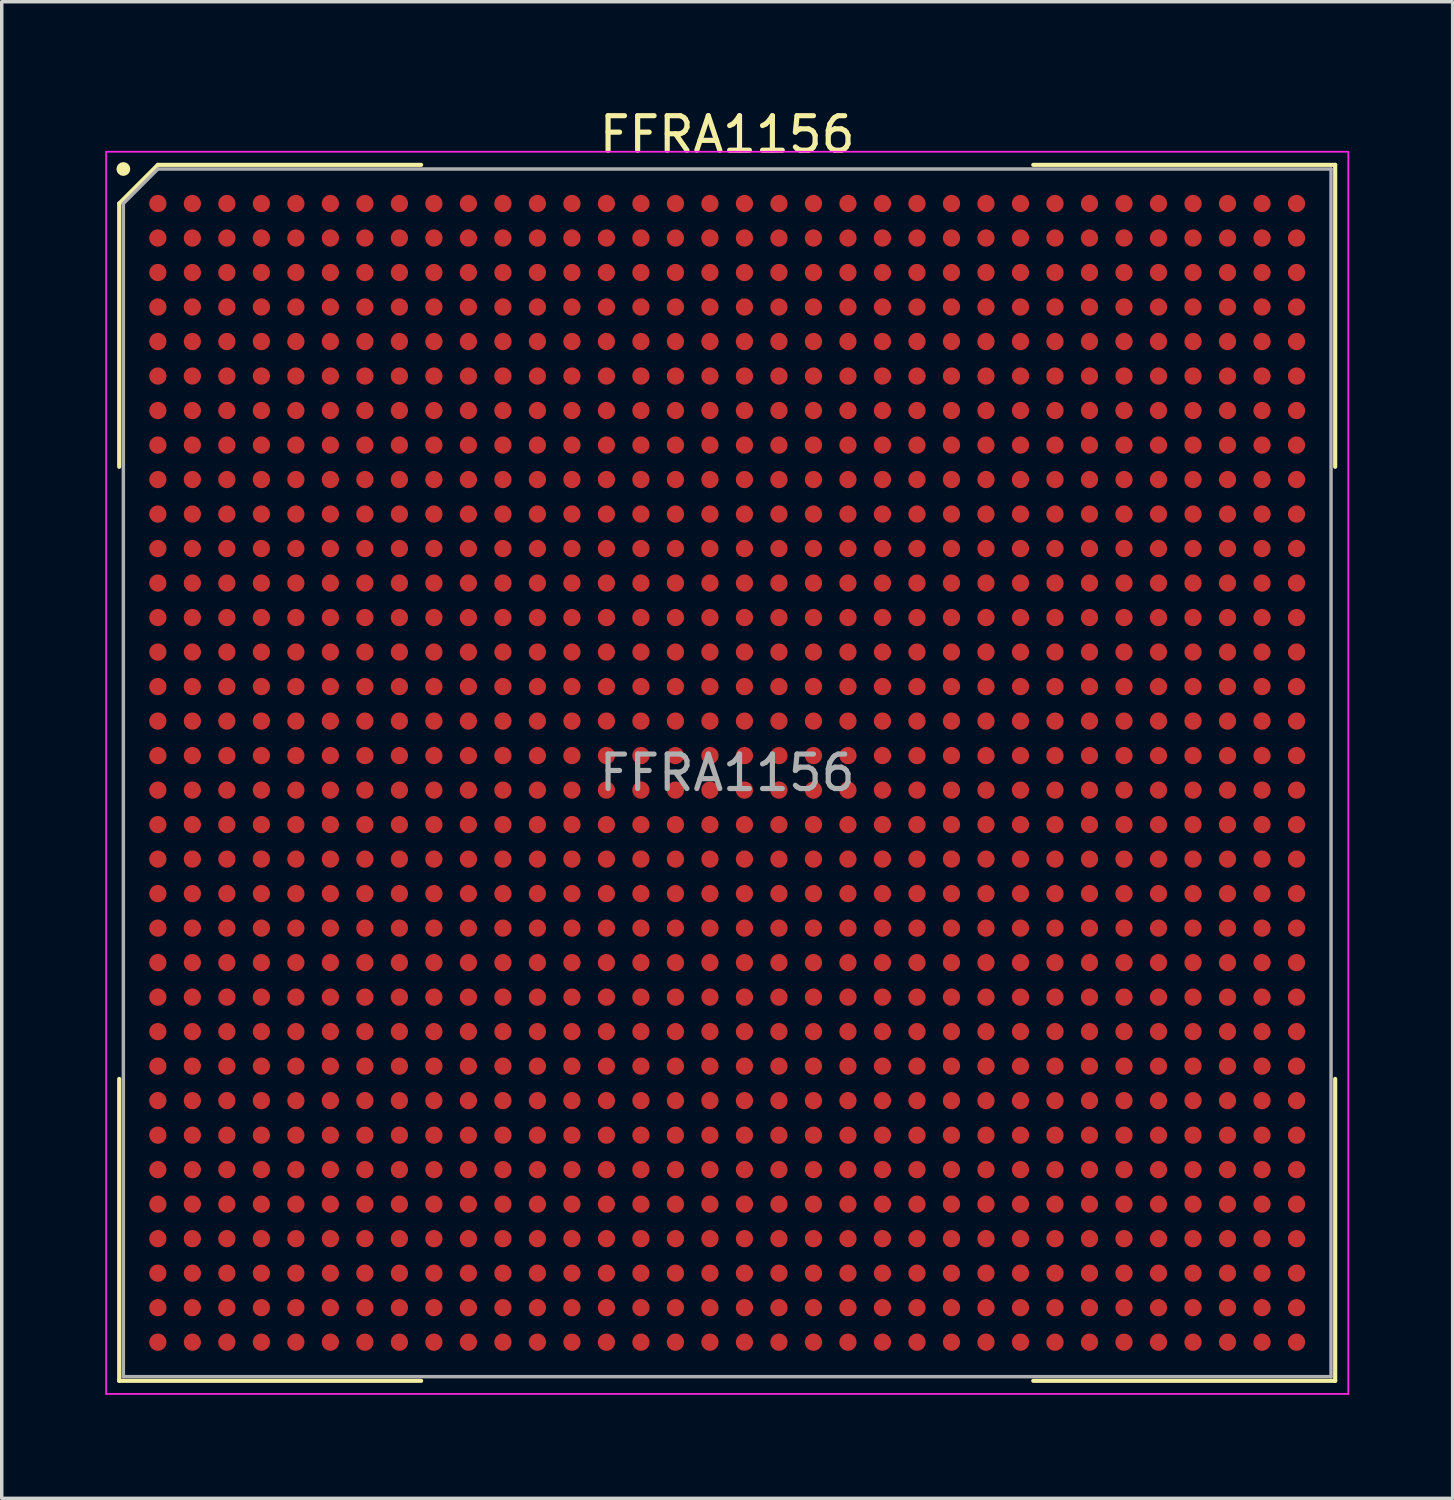
<source format=kicad_pcb>
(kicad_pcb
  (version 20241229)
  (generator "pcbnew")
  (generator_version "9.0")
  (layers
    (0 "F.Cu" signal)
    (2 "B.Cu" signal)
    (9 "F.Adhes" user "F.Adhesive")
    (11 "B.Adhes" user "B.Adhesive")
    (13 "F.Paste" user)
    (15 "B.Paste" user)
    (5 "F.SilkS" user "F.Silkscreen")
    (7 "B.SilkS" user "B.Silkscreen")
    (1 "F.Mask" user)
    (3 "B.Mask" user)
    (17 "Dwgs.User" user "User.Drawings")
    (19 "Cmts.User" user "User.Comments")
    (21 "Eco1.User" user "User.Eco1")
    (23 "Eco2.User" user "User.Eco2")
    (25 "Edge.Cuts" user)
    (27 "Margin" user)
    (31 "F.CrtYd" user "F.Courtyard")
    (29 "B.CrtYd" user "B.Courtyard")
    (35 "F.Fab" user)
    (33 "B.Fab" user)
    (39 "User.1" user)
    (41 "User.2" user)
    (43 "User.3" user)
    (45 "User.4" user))
  (footprint "FFRA1156"
    (layer "F.Cu")
    (at 18.025 19.348)
    (property "Reference" "FFRA1156" (at 0 -18.5 0) (layer "F.SilkS") (effects (font (size 1 1) (thickness 0.15))))
    (attr smd)
    (fp_line (start -17.62 -16.5) (end -17.62 -8.87) (stroke (width 0.12) (type default)) (layer "F.SilkS"))
    (fp_line (start -17.62 17.62) (end -17.62 8.87) (stroke (width 0.12) (type default)) (layer "F.SilkS"))
    (fp_line (start -16.5 -17.62) (end -17.62 -16.5) (stroke (width 0.12) (type default)) (layer "F.SilkS"))
    (fp_line (start -8.87 -17.62) (end -16.5 -17.62) (stroke (width 0.12) (type default)) (layer "F.SilkS"))
    (fp_line (start -8.87 17.62) (end -17.62 17.62) (stroke (width 0.12) (type default)) (layer "F.SilkS"))
    (fp_line (start 8.87 -17.62) (end 17.62 -17.62) (stroke (width 0.12) (type default)) (layer "F.SilkS"))
    (fp_line (start 8.87 17.62) (end 17.62 17.62) (stroke (width 0.12) (type default)) (layer "F.SilkS"))
    (fp_line (start 17.62 -17.62) (end 17.62 -8.87) (stroke (width 0.12) (type default)) (layer "F.SilkS"))
    (fp_line (start 17.62 17.62) (end 17.62 8.87) (stroke (width 0.12) (type default)) (layer "F.SilkS"))
    (fp_circle (center -17.5 -17.5) (end -17.5 -17.4) (stroke (width 0.2) (type default)) (fill no) (layer "F.SilkS"))
    (fp_line (start -18 -18) (end 18 -18) (stroke (width 0.05) (type default)) (layer "F.CrtYd"))
    (fp_line (start -18 18) (end -18 -18) (stroke (width 0.05) (type default)) (layer "F.CrtYd"))
    (fp_line (start 18 -18) (end 18 18) (stroke (width 0.05) (type default)) (layer "F.CrtYd"))
    (fp_line (start 18 18) (end -18 18) (stroke (width 0.05) (type default)) (layer "F.CrtYd"))
    (fp_line (start -17.5 -16.5) (end -17.5 17.5) (stroke (width 0.1) (type default)) (layer "F.Fab"))
    (fp_line (start -17.5 17.5) (end 17.5 17.5) (stroke (width 0.1) (type default)) (layer "F.Fab"))
    (fp_line (start -16.5 -17.5) (end -17.5 -16.5) (stroke (width 0.1) (type default)) (layer "F.Fab"))
    (fp_line (start 17.5 -17.5) (end -16.5 -17.5) (stroke (width 0.1) (type default)) (layer "F.Fab"))
    (fp_line (start 17.5 17.5) (end 17.5 -17.5) (stroke (width 0.1) (type default)) (layer "F.Fab"))
    (fp_text user "${REFERENCE}" (at 0 0 0) (layer "F.Fab") (effects (font (size 1 1) (thickness 0.15))))
    (pad "A1" smd circle (at -16.5 -16.5) (size 0.5 0.5) (layers "F.Cu" "F.Mask" "F.Paste"))
    (pad "A2" smd circle (at -15.5 -16.5) (size 0.5 0.5) (layers "F.Cu" "F.Mask" "F.Paste"))
    (pad "A3" smd circle (at -14.5 -16.5) (size 0.5 0.5) (layers "F.Cu" "F.Mask" "F.Paste"))
    (pad "A4" smd circle (at -13.5 -16.5) (size 0.5 0.5) (layers "F.Cu" "F.Mask" "F.Paste"))
    (pad "A5" smd circle (at -12.5 -16.5) (size 0.5 0.5) (layers "F.Cu" "F.Mask" "F.Paste"))
    (pad "A6" smd circle (at -11.5 -16.5) (size 0.5 0.5) (layers "F.Cu" "F.Mask" "F.Paste"))
    (pad "A7" smd circle (at -10.5 -16.5) (size 0.5 0.5) (layers "F.Cu" "F.Mask" "F.Paste"))
    (pad "A8" smd circle (at -9.5 -16.5) (size 0.5 0.5) (layers "F.Cu" "F.Mask" "F.Paste"))
    (pad "A9" smd circle (at -8.5 -16.5) (size 0.5 0.5) (layers "F.Cu" "F.Mask" "F.Paste"))
    (pad "A10" smd circle (at -7.5 -16.5) (size 0.5 0.5) (layers "F.Cu" "F.Mask" "F.Paste"))
    (pad "A11" smd circle (at -6.5 -16.5) (size 0.5 0.5) (layers "F.Cu" "F.Mask" "F.Paste"))
    (pad "A12" smd circle (at -5.5 -16.5) (size 0.5 0.5) (layers "F.Cu" "F.Mask" "F.Paste"))
    (pad "A13" smd circle (at -4.5 -16.5) (size 0.5 0.5) (layers "F.Cu" "F.Mask" "F.Paste"))
    (pad "A14" smd circle (at -3.5 -16.5) (size 0.5 0.5) (layers "F.Cu" "F.Mask" "F.Paste"))
    (pad "A15" smd circle (at -2.5 -16.5) (size 0.5 0.5) (layers "F.Cu" "F.Mask" "F.Paste"))
    (pad "A16" smd circle (at -1.5 -16.5) (size 0.5 0.5) (layers "F.Cu" "F.Mask" "F.Paste"))
    (pad "A17" smd circle (at -0.5 -16.5) (size 0.5 0.5) (layers "F.Cu" "F.Mask" "F.Paste"))
    (pad "A18" smd circle (at 0.5 -16.5) (size 0.5 0.5) (layers "F.Cu" "F.Mask" "F.Paste"))
    (pad "A19" smd circle (at 1.5 -16.5) (size 0.5 0.5) (layers "F.Cu" "F.Mask" "F.Paste"))
    (pad "A20" smd circle (at 2.5 -16.5) (size 0.5 0.5) (layers "F.Cu" "F.Mask" "F.Paste"))
    (pad "A21" smd circle (at 3.5 -16.5) (size 0.5 0.5) (layers "F.Cu" "F.Mask" "F.Paste"))
    (pad "A22" smd circle (at 4.5 -16.5) (size 0.5 0.5) (layers "F.Cu" "F.Mask" "F.Paste"))
    (pad "A23" smd circle (at 5.5 -16.5) (size 0.5 0.5) (layers "F.Cu" "F.Mask" "F.Paste"))
    (pad "A24" smd circle (at 6.5 -16.5) (size 0.5 0.5) (layers "F.Cu" "F.Mask" "F.Paste"))
    (pad "A25" smd circle (at 7.5 -16.5) (size 0.5 0.5) (layers "F.Cu" "F.Mask" "F.Paste"))
    (pad "A26" smd circle (at 8.5 -16.5) (size 0.5 0.5) (layers "F.Cu" "F.Mask" "F.Paste"))
    (pad "A27" smd circle (at 9.5 -16.5) (size 0.5 0.5) (layers "F.Cu" "F.Mask" "F.Paste"))
    (pad "A28" smd circle (at 10.5 -16.5) (size 0.5 0.5) (layers "F.Cu" "F.Mask" "F.Paste"))
    (pad "A29" smd circle (at 11.5 -16.5) (size 0.5 0.5) (layers "F.Cu" "F.Mask" "F.Paste"))
    (pad "A30" smd circle (at 12.5 -16.5) (size 0.5 0.5) (layers "F.Cu" "F.Mask" "F.Paste"))
    (pad "A31" smd circle (at 13.5 -16.5) (size 0.5 0.5) (layers "F.Cu" "F.Mask" "F.Paste"))
    (pad "A32" smd circle (at 14.5 -16.5) (size 0.5 0.5) (layers "F.Cu" "F.Mask" "F.Paste"))
    (pad "A33" smd circle (at 15.5 -16.5) (size 0.5 0.5) (layers "F.Cu" "F.Mask" "F.Paste"))
    (pad "A34" smd circle (at 16.5 -16.5) (size 0.5 0.5) (layers "F.Cu" "F.Mask" "F.Paste"))
    (pad "AA1" smd circle (at -16.5 3.5) (size 0.5 0.5) (layers "F.Cu" "F.Mask" "F.Paste"))
    (pad "AA2" smd circle (at -15.5 3.5) (size 0.5 0.5) (layers "F.Cu" "F.Mask" "F.Paste"))
    (pad "AA3" smd circle (at -14.5 3.5) (size 0.5 0.5) (layers "F.Cu" "F.Mask" "F.Paste"))
    (pad "AA4" smd circle (at -13.5 3.5) (size 0.5 0.5) (layers "F.Cu" "F.Mask" "F.Paste"))
    (pad "AA5" smd circle (at -12.5 3.5) (size 0.5 0.5) (layers "F.Cu" "F.Mask" "F.Paste"))
    (pad "AA6" smd circle (at -11.5 3.5) (size 0.5 0.5) (layers "F.Cu" "F.Mask" "F.Paste"))
    (pad "AA7" smd circle (at -10.5 3.5) (size 0.5 0.5) (layers "F.Cu" "F.Mask" "F.Paste"))
    (pad "AA8" smd circle (at -9.5 3.5) (size 0.5 0.5) (layers "F.Cu" "F.Mask" "F.Paste"))
    (pad "AA9" smd circle (at -8.5 3.5) (size 0.5 0.5) (layers "F.Cu" "F.Mask" "F.Paste"))
    (pad "AA10" smd circle (at -7.5 3.5) (size 0.5 0.5) (layers "F.Cu" "F.Mask" "F.Paste"))
    (pad "AA11" smd circle (at -6.5 3.5) (size 0.5 0.5) (layers "F.Cu" "F.Mask" "F.Paste"))
    (pad "AA12" smd circle (at -5.5 3.5) (size 0.5 0.5) (layers "F.Cu" "F.Mask" "F.Paste"))
    (pad "AA13" smd circle (at -4.5 3.5) (size 0.5 0.5) (layers "F.Cu" "F.Mask" "F.Paste"))
    (pad "AA14" smd circle (at -3.5 3.5) (size 0.5 0.5) (layers "F.Cu" "F.Mask" "F.Paste"))
    (pad "AA15" smd circle (at -2.5 3.5) (size 0.5 0.5) (layers "F.Cu" "F.Mask" "F.Paste"))
    (pad "AA16" smd circle (at -1.5 3.5) (size 0.5 0.5) (layers "F.Cu" "F.Mask" "F.Paste"))
    (pad "AA17" smd circle (at -0.5 3.5) (size 0.5 0.5) (layers "F.Cu" "F.Mask" "F.Paste"))
    (pad "AA18" smd circle (at 0.5 3.5) (size 0.5 0.5) (layers "F.Cu" "F.Mask" "F.Paste"))
    (pad "AA19" smd circle (at 1.5 3.5) (size 0.5 0.5) (layers "F.Cu" "F.Mask" "F.Paste"))
    (pad "AA20" smd circle (at 2.5 3.5) (size 0.5 0.5) (layers "F.Cu" "F.Mask" "F.Paste"))
    (pad "AA21" smd circle (at 3.5 3.5) (size 0.5 0.5) (layers "F.Cu" "F.Mask" "F.Paste"))
    (pad "AA22" smd circle (at 4.5 3.5) (size 0.5 0.5) (layers "F.Cu" "F.Mask" "F.Paste"))
    (pad "AA23" smd circle (at 5.5 3.5) (size 0.5 0.5) (layers "F.Cu" "F.Mask" "F.Paste"))
    (pad "AA24" smd circle (at 6.5 3.5) (size 0.5 0.5) (layers "F.Cu" "F.Mask" "F.Paste"))
    (pad "AA25" smd circle (at 7.5 3.5) (size 0.5 0.5) (layers "F.Cu" "F.Mask" "F.Paste"))
    (pad "AA26" smd circle (at 8.5 3.5) (size 0.5 0.5) (layers "F.Cu" "F.Mask" "F.Paste"))
    (pad "AA27" smd circle (at 9.5 3.5) (size 0.5 0.5) (layers "F.Cu" "F.Mask" "F.Paste"))
    (pad "AA28" smd circle (at 10.5 3.5) (size 0.5 0.5) (layers "F.Cu" "F.Mask" "F.Paste"))
    (pad "AA29" smd circle (at 11.5 3.5) (size 0.5 0.5) (layers "F.Cu" "F.Mask" "F.Paste"))
    (pad "AA30" smd circle (at 12.5 3.5) (size 0.5 0.5) (layers "F.Cu" "F.Mask" "F.Paste"))
    (pad "AA31" smd circle (at 13.5 3.5) (size 0.5 0.5) (layers "F.Cu" "F.Mask" "F.Paste"))
    (pad "AA32" smd circle (at 14.5 3.5) (size 0.5 0.5) (layers "F.Cu" "F.Mask" "F.Paste"))
    (pad "AA33" smd circle (at 15.5 3.5) (size 0.5 0.5) (layers "F.Cu" "F.Mask" "F.Paste"))
    (pad "AA34" smd circle (at 16.5 3.5) (size 0.5 0.5) (layers "F.Cu" "F.Mask" "F.Paste"))
    (pad "AB1" smd circle (at -16.5 4.5) (size 0.5 0.5) (layers "F.Cu" "F.Mask" "F.Paste"))
    (pad "AB2" smd circle (at -15.5 4.5) (size 0.5 0.5) (layers "F.Cu" "F.Mask" "F.Paste"))
    (pad "AB3" smd circle (at -14.5 4.5) (size 0.5 0.5) (layers "F.Cu" "F.Mask" "F.Paste"))
    (pad "AB4" smd circle (at -13.5 4.5) (size 0.5 0.5) (layers "F.Cu" "F.Mask" "F.Paste"))
    (pad "AB5" smd circle (at -12.5 4.5) (size 0.5 0.5) (layers "F.Cu" "F.Mask" "F.Paste"))
    (pad "AB6" smd circle (at -11.5 4.5) (size 0.5 0.5) (layers "F.Cu" "F.Mask" "F.Paste"))
    (pad "AB7" smd circle (at -10.5 4.5) (size 0.5 0.5) (layers "F.Cu" "F.Mask" "F.Paste"))
    (pad "AB8" smd circle (at -9.5 4.5) (size 0.5 0.5) (layers "F.Cu" "F.Mask" "F.Paste"))
    (pad "AB9" smd circle (at -8.5 4.5) (size 0.5 0.5) (layers "F.Cu" "F.Mask" "F.Paste"))
    (pad "AB10" smd circle (at -7.5 4.5) (size 0.5 0.5) (layers "F.Cu" "F.Mask" "F.Paste"))
    (pad "AB11" smd circle (at -6.5 4.5) (size 0.5 0.5) (layers "F.Cu" "F.Mask" "F.Paste"))
    (pad "AB12" smd circle (at -5.5 4.5) (size 0.5 0.5) (layers "F.Cu" "F.Mask" "F.Paste"))
    (pad "AB13" smd circle (at -4.5 4.5) (size 0.5 0.5) (layers "F.Cu" "F.Mask" "F.Paste"))
    (pad "AB14" smd circle (at -3.5 4.5) (size 0.5 0.5) (layers "F.Cu" "F.Mask" "F.Paste"))
    (pad "AB15" smd circle (at -2.5 4.5) (size 0.5 0.5) (layers "F.Cu" "F.Mask" "F.Paste"))
    (pad "AB16" smd circle (at -1.5 4.5) (size 0.5 0.5) (layers "F.Cu" "F.Mask" "F.Paste"))
    (pad "AB17" smd circle (at -0.5 4.5) (size 0.5 0.5) (layers "F.Cu" "F.Mask" "F.Paste"))
    (pad "AB18" smd circle (at 0.5 4.5) (size 0.5 0.5) (layers "F.Cu" "F.Mask" "F.Paste"))
    (pad "AB19" smd circle (at 1.5 4.5) (size 0.5 0.5) (layers "F.Cu" "F.Mask" "F.Paste"))
    (pad "AB20" smd circle (at 2.5 4.5) (size 0.5 0.5) (layers "F.Cu" "F.Mask" "F.Paste"))
    (pad "AB21" smd circle (at 3.5 4.5) (size 0.5 0.5) (layers "F.Cu" "F.Mask" "F.Paste"))
    (pad "AB22" smd circle (at 4.5 4.5) (size 0.5 0.5) (layers "F.Cu" "F.Mask" "F.Paste"))
    (pad "AB23" smd circle (at 5.5 4.5) (size 0.5 0.5) (layers "F.Cu" "F.Mask" "F.Paste"))
    (pad "AB24" smd circle (at 6.5 4.5) (size 0.5 0.5) (layers "F.Cu" "F.Mask" "F.Paste"))
    (pad "AB25" smd circle (at 7.5 4.5) (size 0.5 0.5) (layers "F.Cu" "F.Mask" "F.Paste"))
    (pad "AB26" smd circle (at 8.5 4.5) (size 0.5 0.5) (layers "F.Cu" "F.Mask" "F.Paste"))
    (pad "AB27" smd circle (at 9.5 4.5) (size 0.5 0.5) (layers "F.Cu" "F.Mask" "F.Paste"))
    (pad "AB28" smd circle (at 10.5 4.5) (size 0.5 0.5) (layers "F.Cu" "F.Mask" "F.Paste"))
    (pad "AB29" smd circle (at 11.5 4.5) (size 0.5 0.5) (layers "F.Cu" "F.Mask" "F.Paste"))
    (pad "AB30" smd circle (at 12.5 4.5) (size 0.5 0.5) (layers "F.Cu" "F.Mask" "F.Paste"))
    (pad "AB31" smd circle (at 13.5 4.5) (size 0.5 0.5) (layers "F.Cu" "F.Mask" "F.Paste"))
    (pad "AB32" smd circle (at 14.5 4.5) (size 0.5 0.5) (layers "F.Cu" "F.Mask" "F.Paste"))
    (pad "AB33" smd circle (at 15.5 4.5) (size 0.5 0.5) (layers "F.Cu" "F.Mask" "F.Paste"))
    (pad "AB34" smd circle (at 16.5 4.5) (size 0.5 0.5) (layers "F.Cu" "F.Mask" "F.Paste"))
    (pad "AC1" smd circle (at -16.5 5.5) (size 0.5 0.5) (layers "F.Cu" "F.Mask" "F.Paste"))
    (pad "AC2" smd circle (at -15.5 5.5) (size 0.5 0.5) (layers "F.Cu" "F.Mask" "F.Paste"))
    (pad "AC3" smd circle (at -14.5 5.5) (size 0.5 0.5) (layers "F.Cu" "F.Mask" "F.Paste"))
    (pad "AC4" smd circle (at -13.5 5.5) (size 0.5 0.5) (layers "F.Cu" "F.Mask" "F.Paste"))
    (pad "AC5" smd circle (at -12.5 5.5) (size 0.5 0.5) (layers "F.Cu" "F.Mask" "F.Paste"))
    (pad "AC6" smd circle (at -11.5 5.5) (size 0.5 0.5) (layers "F.Cu" "F.Mask" "F.Paste"))
    (pad "AC7" smd circle (at -10.5 5.5) (size 0.5 0.5) (layers "F.Cu" "F.Mask" "F.Paste"))
    (pad "AC8" smd circle (at -9.5 5.5) (size 0.5 0.5) (layers "F.Cu" "F.Mask" "F.Paste"))
    (pad "AC9" smd circle (at -8.5 5.5) (size 0.5 0.5) (layers "F.Cu" "F.Mask" "F.Paste"))
    (pad "AC10" smd circle (at -7.5 5.5) (size 0.5 0.5) (layers "F.Cu" "F.Mask" "F.Paste"))
    (pad "AC11" smd circle (at -6.5 5.5) (size 0.5 0.5) (layers "F.Cu" "F.Mask" "F.Paste"))
    (pad "AC12" smd circle (at -5.5 5.5) (size 0.5 0.5) (layers "F.Cu" "F.Mask" "F.Paste"))
    (pad "AC13" smd circle (at -4.5 5.5) (size 0.5 0.5) (layers "F.Cu" "F.Mask" "F.Paste"))
    (pad "AC14" smd circle (at -3.5 5.5) (size 0.5 0.5) (layers "F.Cu" "F.Mask" "F.Paste"))
    (pad "AC15" smd circle (at -2.5 5.5) (size 0.5 0.5) (layers "F.Cu" "F.Mask" "F.Paste"))
    (pad "AC16" smd circle (at -1.5 5.5) (size 0.5 0.5) (layers "F.Cu" "F.Mask" "F.Paste"))
    (pad "AC17" smd circle (at -0.5 5.5) (size 0.5 0.5) (layers "F.Cu" "F.Mask" "F.Paste"))
    (pad "AC18" smd circle (at 0.5 5.5) (size 0.5 0.5) (layers "F.Cu" "F.Mask" "F.Paste"))
    (pad "AC19" smd circle (at 1.5 5.5) (size 0.5 0.5) (layers "F.Cu" "F.Mask" "F.Paste"))
    (pad "AC20" smd circle (at 2.5 5.5) (size 0.5 0.5) (layers "F.Cu" "F.Mask" "F.Paste"))
    (pad "AC21" smd circle (at 3.5 5.5) (size 0.5 0.5) (layers "F.Cu" "F.Mask" "F.Paste"))
    (pad "AC22" smd circle (at 4.5 5.5) (size 0.5 0.5) (layers "F.Cu" "F.Mask" "F.Paste"))
    (pad "AC23" smd circle (at 5.5 5.5) (size 0.5 0.5) (layers "F.Cu" "F.Mask" "F.Paste"))
    (pad "AC24" smd circle (at 6.5 5.5) (size 0.5 0.5) (layers "F.Cu" "F.Mask" "F.Paste"))
    (pad "AC25" smd circle (at 7.5 5.5) (size 0.5 0.5) (layers "F.Cu" "F.Mask" "F.Paste"))
    (pad "AC26" smd circle (at 8.5 5.5) (size 0.5 0.5) (layers "F.Cu" "F.Mask" "F.Paste"))
    (pad "AC27" smd circle (at 9.5 5.5) (size 0.5 0.5) (layers "F.Cu" "F.Mask" "F.Paste"))
    (pad "AC28" smd circle (at 10.5 5.5) (size 0.5 0.5) (layers "F.Cu" "F.Mask" "F.Paste"))
    (pad "AC29" smd circle (at 11.5 5.5) (size 0.5 0.5) (layers "F.Cu" "F.Mask" "F.Paste"))
    (pad "AC30" smd circle (at 12.5 5.5) (size 0.5 0.5) (layers "F.Cu" "F.Mask" "F.Paste"))
    (pad "AC31" smd circle (at 13.5 5.5) (size 0.5 0.5) (layers "F.Cu" "F.Mask" "F.Paste"))
    (pad "AC32" smd circle (at 14.5 5.5) (size 0.5 0.5) (layers "F.Cu" "F.Mask" "F.Paste"))
    (pad "AC33" smd circle (at 15.5 5.5) (size 0.5 0.5) (layers "F.Cu" "F.Mask" "F.Paste"))
    (pad "AC34" smd circle (at 16.5 5.5) (size 0.5 0.5) (layers "F.Cu" "F.Mask" "F.Paste"))
    (pad "AD1" smd circle (at -16.5 6.5) (size 0.5 0.5) (layers "F.Cu" "F.Mask" "F.Paste"))
    (pad "AD2" smd circle (at -15.5 6.5) (size 0.5 0.5) (layers "F.Cu" "F.Mask" "F.Paste"))
    (pad "AD3" smd circle (at -14.5 6.5) (size 0.5 0.5) (layers "F.Cu" "F.Mask" "F.Paste"))
    (pad "AD4" smd circle (at -13.5 6.5) (size 0.5 0.5) (layers "F.Cu" "F.Mask" "F.Paste"))
    (pad "AD5" smd circle (at -12.5 6.5) (size 0.5 0.5) (layers "F.Cu" "F.Mask" "F.Paste"))
    (pad "AD6" smd circle (at -11.5 6.5) (size 0.5 0.5) (layers "F.Cu" "F.Mask" "F.Paste"))
    (pad "AD7" smd circle (at -10.5 6.5) (size 0.5 0.5) (layers "F.Cu" "F.Mask" "F.Paste"))
    (pad "AD8" smd circle (at -9.5 6.5) (size 0.5 0.5) (layers "F.Cu" "F.Mask" "F.Paste"))
    (pad "AD9" smd circle (at -8.5 6.5) (size 0.5 0.5) (layers "F.Cu" "F.Mask" "F.Paste"))
    (pad "AD10" smd circle (at -7.5 6.5) (size 0.5 0.5) (layers "F.Cu" "F.Mask" "F.Paste"))
    (pad "AD11" smd circle (at -6.5 6.5) (size 0.5 0.5) (layers "F.Cu" "F.Mask" "F.Paste"))
    (pad "AD12" smd circle (at -5.5 6.5) (size 0.5 0.5) (layers "F.Cu" "F.Mask" "F.Paste"))
    (pad "AD13" smd circle (at -4.5 6.5) (size 0.5 0.5) (layers "F.Cu" "F.Mask" "F.Paste"))
    (pad "AD14" smd circle (at -3.5 6.5) (size 0.5 0.5) (layers "F.Cu" "F.Mask" "F.Paste"))
    (pad "AD15" smd circle (at -2.5 6.5) (size 0.5 0.5) (layers "F.Cu" "F.Mask" "F.Paste"))
    (pad "AD16" smd circle (at -1.5 6.5) (size 0.5 0.5) (layers "F.Cu" "F.Mask" "F.Paste"))
    (pad "AD17" smd circle (at -0.5 6.5) (size 0.5 0.5) (layers "F.Cu" "F.Mask" "F.Paste"))
    (pad "AD18" smd circle (at 0.5 6.5) (size 0.5 0.5) (layers "F.Cu" "F.Mask" "F.Paste"))
    (pad "AD19" smd circle (at 1.5 6.5) (size 0.5 0.5) (layers "F.Cu" "F.Mask" "F.Paste"))
    (pad "AD20" smd circle (at 2.5 6.5) (size 0.5 0.5) (layers "F.Cu" "F.Mask" "F.Paste"))
    (pad "AD21" smd circle (at 3.5 6.5) (size 0.5 0.5) (layers "F.Cu" "F.Mask" "F.Paste"))
    (pad "AD22" smd circle (at 4.5 6.5) (size 0.5 0.5) (layers "F.Cu" "F.Mask" "F.Paste"))
    (pad "AD23" smd circle (at 5.5 6.5) (size 0.5 0.5) (layers "F.Cu" "F.Mask" "F.Paste"))
    (pad "AD24" smd circle (at 6.5 6.5) (size 0.5 0.5) (layers "F.Cu" "F.Mask" "F.Paste"))
    (pad "AD25" smd circle (at 7.5 6.5) (size 0.5 0.5) (layers "F.Cu" "F.Mask" "F.Paste"))
    (pad "AD26" smd circle (at 8.5 6.5) (size 0.5 0.5) (layers "F.Cu" "F.Mask" "F.Paste"))
    (pad "AD27" smd circle (at 9.5 6.5) (size 0.5 0.5) (layers "F.Cu" "F.Mask" "F.Paste"))
    (pad "AD28" smd circle (at 10.5 6.5) (size 0.5 0.5) (layers "F.Cu" "F.Mask" "F.Paste"))
    (pad "AD29" smd circle (at 11.5 6.5) (size 0.5 0.5) (layers "F.Cu" "F.Mask" "F.Paste"))
    (pad "AD30" smd circle (at 12.5 6.5) (size 0.5 0.5) (layers "F.Cu" "F.Mask" "F.Paste"))
    (pad "AD31" smd circle (at 13.5 6.5) (size 0.5 0.5) (layers "F.Cu" "F.Mask" "F.Paste"))
    (pad "AD32" smd circle (at 14.5 6.5) (size 0.5 0.5) (layers "F.Cu" "F.Mask" "F.Paste"))
    (pad "AD33" smd circle (at 15.5 6.5) (size 0.5 0.5) (layers "F.Cu" "F.Mask" "F.Paste"))
    (pad "AD34" smd circle (at 16.5 6.5) (size 0.5 0.5) (layers "F.Cu" "F.Mask" "F.Paste"))
    (pad "AE1" smd circle (at -16.5 7.5) (size 0.5 0.5) (layers "F.Cu" "F.Mask" "F.Paste"))
    (pad "AE2" smd circle (at -15.5 7.5) (size 0.5 0.5) (layers "F.Cu" "F.Mask" "F.Paste"))
    (pad "AE3" smd circle (at -14.5 7.5) (size 0.5 0.5) (layers "F.Cu" "F.Mask" "F.Paste"))
    (pad "AE4" smd circle (at -13.5 7.5) (size 0.5 0.5) (layers "F.Cu" "F.Mask" "F.Paste"))
    (pad "AE5" smd circle (at -12.5 7.5) (size 0.5 0.5) (layers "F.Cu" "F.Mask" "F.Paste"))
    (pad "AE6" smd circle (at -11.5 7.5) (size 0.5 0.5) (layers "F.Cu" "F.Mask" "F.Paste"))
    (pad "AE7" smd circle (at -10.5 7.5) (size 0.5 0.5) (layers "F.Cu" "F.Mask" "F.Paste"))
    (pad "AE8" smd circle (at -9.5 7.5) (size 0.5 0.5) (layers "F.Cu" "F.Mask" "F.Paste"))
    (pad "AE9" smd circle (at -8.5 7.5) (size 0.5 0.5) (layers "F.Cu" "F.Mask" "F.Paste"))
    (pad "AE10" smd circle (at -7.5 7.5) (size 0.5 0.5) (layers "F.Cu" "F.Mask" "F.Paste"))
    (pad "AE11" smd circle (at -6.5 7.5) (size 0.5 0.5) (layers "F.Cu" "F.Mask" "F.Paste"))
    (pad "AE12" smd circle (at -5.5 7.5) (size 0.5 0.5) (layers "F.Cu" "F.Mask" "F.Paste"))
    (pad "AE13" smd circle (at -4.5 7.5) (size 0.5 0.5) (layers "F.Cu" "F.Mask" "F.Paste"))
    (pad "AE14" smd circle (at -3.5 7.5) (size 0.5 0.5) (layers "F.Cu" "F.Mask" "F.Paste"))
    (pad "AE15" smd circle (at -2.5 7.5) (size 0.5 0.5) (layers "F.Cu" "F.Mask" "F.Paste"))
    (pad "AE16" smd circle (at -1.5 7.5) (size 0.5 0.5) (layers "F.Cu" "F.Mask" "F.Paste"))
    (pad "AE17" smd circle (at -0.5 7.5) (size 0.5 0.5) (layers "F.Cu" "F.Mask" "F.Paste"))
    (pad "AE18" smd circle (at 0.5 7.5) (size 0.5 0.5) (layers "F.Cu" "F.Mask" "F.Paste"))
    (pad "AE19" smd circle (at 1.5 7.5) (size 0.5 0.5) (layers "F.Cu" "F.Mask" "F.Paste"))
    (pad "AE20" smd circle (at 2.5 7.5) (size 0.5 0.5) (layers "F.Cu" "F.Mask" "F.Paste"))
    (pad "AE21" smd circle (at 3.5 7.5) (size 0.5 0.5) (layers "F.Cu" "F.Mask" "F.Paste"))
    (pad "AE22" smd circle (at 4.5 7.5) (size 0.5 0.5) (layers "F.Cu" "F.Mask" "F.Paste"))
    (pad "AE23" smd circle (at 5.5 7.5) (size 0.5 0.5) (layers "F.Cu" "F.Mask" "F.Paste"))
    (pad "AE24" smd circle (at 6.5 7.5) (size 0.5 0.5) (layers "F.Cu" "F.Mask" "F.Paste"))
    (pad "AE25" smd circle (at 7.5 7.5) (size 0.5 0.5) (layers "F.Cu" "F.Mask" "F.Paste"))
    (pad "AE26" smd circle (at 8.5 7.5) (size 0.5 0.5) (layers "F.Cu" "F.Mask" "F.Paste"))
    (pad "AE27" smd circle (at 9.5 7.5) (size 0.5 0.5) (layers "F.Cu" "F.Mask" "F.Paste"))
    (pad "AE28" smd circle (at 10.5 7.5) (size 0.5 0.5) (layers "F.Cu" "F.Mask" "F.Paste"))
    (pad "AE29" smd circle (at 11.5 7.5) (size 0.5 0.5) (layers "F.Cu" "F.Mask" "F.Paste"))
    (pad "AE30" smd circle (at 12.5 7.5) (size 0.5 0.5) (layers "F.Cu" "F.Mask" "F.Paste"))
    (pad "AE31" smd circle (at 13.5 7.5) (size 0.5 0.5) (layers "F.Cu" "F.Mask" "F.Paste"))
    (pad "AE32" smd circle (at 14.5 7.5) (size 0.5 0.5) (layers "F.Cu" "F.Mask" "F.Paste"))
    (pad "AE33" smd circle (at 15.5 7.5) (size 0.5 0.5) (layers "F.Cu" "F.Mask" "F.Paste"))
    (pad "AE34" smd circle (at 16.5 7.5) (size 0.5 0.5) (layers "F.Cu" "F.Mask" "F.Paste"))
    (pad "AF1" smd circle (at -16.5 8.5) (size 0.5 0.5) (layers "F.Cu" "F.Mask" "F.Paste"))
    (pad "AF2" smd circle (at -15.5 8.5) (size 0.5 0.5) (layers "F.Cu" "F.Mask" "F.Paste"))
    (pad "AF3" smd circle (at -14.5 8.5) (size 0.5 0.5) (layers "F.Cu" "F.Mask" "F.Paste"))
    (pad "AF4" smd circle (at -13.5 8.5) (size 0.5 0.5) (layers "F.Cu" "F.Mask" "F.Paste"))
    (pad "AF5" smd circle (at -12.5 8.5) (size 0.5 0.5) (layers "F.Cu" "F.Mask" "F.Paste"))
    (pad "AF6" smd circle (at -11.5 8.5) (size 0.5 0.5) (layers "F.Cu" "F.Mask" "F.Paste"))
    (pad "AF7" smd circle (at -10.5 8.5) (size 0.5 0.5) (layers "F.Cu" "F.Mask" "F.Paste"))
    (pad "AF8" smd circle (at -9.5 8.5) (size 0.5 0.5) (layers "F.Cu" "F.Mask" "F.Paste"))
    (pad "AF9" smd circle (at -8.5 8.5) (size 0.5 0.5) (layers "F.Cu" "F.Mask" "F.Paste"))
    (pad "AF10" smd circle (at -7.5 8.5) (size 0.5 0.5) (layers "F.Cu" "F.Mask" "F.Paste"))
    (pad "AF11" smd circle (at -6.5 8.5) (size 0.5 0.5) (layers "F.Cu" "F.Mask" "F.Paste"))
    (pad "AF12" smd circle (at -5.5 8.5) (size 0.5 0.5) (layers "F.Cu" "F.Mask" "F.Paste"))
    (pad "AF13" smd circle (at -4.5 8.5) (size 0.5 0.5) (layers "F.Cu" "F.Mask" "F.Paste"))
    (pad "AF14" smd circle (at -3.5 8.5) (size 0.5 0.5) (layers "F.Cu" "F.Mask" "F.Paste"))
    (pad "AF15" smd circle (at -2.5 8.5) (size 0.5 0.5) (layers "F.Cu" "F.Mask" "F.Paste"))
    (pad "AF16" smd circle (at -1.5 8.5) (size 0.5 0.5) (layers "F.Cu" "F.Mask" "F.Paste"))
    (pad "AF17" smd circle (at -0.5 8.5) (size 0.5 0.5) (layers "F.Cu" "F.Mask" "F.Paste"))
    (pad "AF18" smd circle (at 0.5 8.5) (size 0.5 0.5) (layers "F.Cu" "F.Mask" "F.Paste"))
    (pad "AF19" smd circle (at 1.5 8.5) (size 0.5 0.5) (layers "F.Cu" "F.Mask" "F.Paste"))
    (pad "AF20" smd circle (at 2.5 8.5) (size 0.5 0.5) (layers "F.Cu" "F.Mask" "F.Paste"))
    (pad "AF21" smd circle (at 3.5 8.5) (size 0.5 0.5) (layers "F.Cu" "F.Mask" "F.Paste"))
    (pad "AF22" smd circle (at 4.5 8.5) (size 0.5 0.5) (layers "F.Cu" "F.Mask" "F.Paste"))
    (pad "AF23" smd circle (at 5.5 8.5) (size 0.5 0.5) (layers "F.Cu" "F.Mask" "F.Paste"))
    (pad "AF24" smd circle (at 6.5 8.5) (size 0.5 0.5) (layers "F.Cu" "F.Mask" "F.Paste"))
    (pad "AF25" smd circle (at 7.5 8.5) (size 0.5 0.5) (layers "F.Cu" "F.Mask" "F.Paste"))
    (pad "AF26" smd circle (at 8.5 8.5) (size 0.5 0.5) (layers "F.Cu" "F.Mask" "F.Paste"))
    (pad "AF27" smd circle (at 9.5 8.5) (size 0.5 0.5) (layers "F.Cu" "F.Mask" "F.Paste"))
    (pad "AF28" smd circle (at 10.5 8.5) (size 0.5 0.5) (layers "F.Cu" "F.Mask" "F.Paste"))
    (pad "AF29" smd circle (at 11.5 8.5) (size 0.5 0.5) (layers "F.Cu" "F.Mask" "F.Paste"))
    (pad "AF30" smd circle (at 12.5 8.5) (size 0.5 0.5) (layers "F.Cu" "F.Mask" "F.Paste"))
    (pad "AF31" smd circle (at 13.5 8.5) (size 0.5 0.5) (layers "F.Cu" "F.Mask" "F.Paste"))
    (pad "AF32" smd circle (at 14.5 8.5) (size 0.5 0.5) (layers "F.Cu" "F.Mask" "F.Paste"))
    (pad "AF33" smd circle (at 15.5 8.5) (size 0.5 0.5) (layers "F.Cu" "F.Mask" "F.Paste"))
    (pad "AF34" smd circle (at 16.5 8.5) (size 0.5 0.5) (layers "F.Cu" "F.Mask" "F.Paste"))
    (pad "AG1" smd circle (at -16.5 9.5) (size 0.5 0.5) (layers "F.Cu" "F.Mask" "F.Paste"))
    (pad "AG2" smd circle (at -15.5 9.5) (size 0.5 0.5) (layers "F.Cu" "F.Mask" "F.Paste"))
    (pad "AG3" smd circle (at -14.5 9.5) (size 0.5 0.5) (layers "F.Cu" "F.Mask" "F.Paste"))
    (pad "AG4" smd circle (at -13.5 9.5) (size 0.5 0.5) (layers "F.Cu" "F.Mask" "F.Paste"))
    (pad "AG5" smd circle (at -12.5 9.5) (size 0.5 0.5) (layers "F.Cu" "F.Mask" "F.Paste"))
    (pad "AG6" smd circle (at -11.5 9.5) (size 0.5 0.5) (layers "F.Cu" "F.Mask" "F.Paste"))
    (pad "AG7" smd circle (at -10.5 9.5) (size 0.5 0.5) (layers "F.Cu" "F.Mask" "F.Paste"))
    (pad "AG8" smd circle (at -9.5 9.5) (size 0.5 0.5) (layers "F.Cu" "F.Mask" "F.Paste"))
    (pad "AG9" smd circle (at -8.5 9.5) (size 0.5 0.5) (layers "F.Cu" "F.Mask" "F.Paste"))
    (pad "AG10" smd circle (at -7.5 9.5) (size 0.5 0.5) (layers "F.Cu" "F.Mask" "F.Paste"))
    (pad "AG11" smd circle (at -6.5 9.5) (size 0.5 0.5) (layers "F.Cu" "F.Mask" "F.Paste"))
    (pad "AG12" smd circle (at -5.5 9.5) (size 0.5 0.5) (layers "F.Cu" "F.Mask" "F.Paste"))
    (pad "AG13" smd circle (at -4.5 9.5) (size 0.5 0.5) (layers "F.Cu" "F.Mask" "F.Paste"))
    (pad "AG14" smd circle (at -3.5 9.5) (size 0.5 0.5) (layers "F.Cu" "F.Mask" "F.Paste"))
    (pad "AG15" smd circle (at -2.5 9.5) (size 0.5 0.5) (layers "F.Cu" "F.Mask" "F.Paste"))
    (pad "AG16" smd circle (at -1.5 9.5) (size 0.5 0.5) (layers "F.Cu" "F.Mask" "F.Paste"))
    (pad "AG17" smd circle (at -0.5 9.5) (size 0.5 0.5) (layers "F.Cu" "F.Mask" "F.Paste"))
    (pad "AG18" smd circle (at 0.5 9.5) (size 0.5 0.5) (layers "F.Cu" "F.Mask" "F.Paste"))
    (pad "AG19" smd circle (at 1.5 9.5) (size 0.5 0.5) (layers "F.Cu" "F.Mask" "F.Paste"))
    (pad "AG20" smd circle (at 2.5 9.5) (size 0.5 0.5) (layers "F.Cu" "F.Mask" "F.Paste"))
    (pad "AG21" smd circle (at 3.5 9.5) (size 0.5 0.5) (layers "F.Cu" "F.Mask" "F.Paste"))
    (pad "AG22" smd circle (at 4.5 9.5) (size 0.5 0.5) (layers "F.Cu" "F.Mask" "F.Paste"))
    (pad "AG23" smd circle (at 5.5 9.5) (size 0.5 0.5) (layers "F.Cu" "F.Mask" "F.Paste"))
    (pad "AG24" smd circle (at 6.5 9.5) (size 0.5 0.5) (layers "F.Cu" "F.Mask" "F.Paste"))
    (pad "AG25" smd circle (at 7.5 9.5) (size 0.5 0.5) (layers "F.Cu" "F.Mask" "F.Paste"))
    (pad "AG26" smd circle (at 8.5 9.5) (size 0.5 0.5) (layers "F.Cu" "F.Mask" "F.Paste"))
    (pad "AG27" smd circle (at 9.5 9.5) (size 0.5 0.5) (layers "F.Cu" "F.Mask" "F.Paste"))
    (pad "AG28" smd circle (at 10.5 9.5) (size 0.5 0.5) (layers "F.Cu" "F.Mask" "F.Paste"))
    (pad "AG29" smd circle (at 11.5 9.5) (size 0.5 0.5) (layers "F.Cu" "F.Mask" "F.Paste"))
    (pad "AG30" smd circle (at 12.5 9.5) (size 0.5 0.5) (layers "F.Cu" "F.Mask" "F.Paste"))
    (pad "AG31" smd circle (at 13.5 9.5) (size 0.5 0.5) (layers "F.Cu" "F.Mask" "F.Paste"))
    (pad "AG32" smd circle (at 14.5 9.5) (size 0.5 0.5) (layers "F.Cu" "F.Mask" "F.Paste"))
    (pad "AG33" smd circle (at 15.5 9.5) (size 0.5 0.5) (layers "F.Cu" "F.Mask" "F.Paste"))
    (pad "AG34" smd circle (at 16.5 9.5) (size 0.5 0.5) (layers "F.Cu" "F.Mask" "F.Paste"))
    (pad "AH1" smd circle (at -16.5 10.5) (size 0.5 0.5) (layers "F.Cu" "F.Mask" "F.Paste"))
    (pad "AH2" smd circle (at -15.5 10.5) (size 0.5 0.5) (layers "F.Cu" "F.Mask" "F.Paste"))
    (pad "AH3" smd circle (at -14.5 10.5) (size 0.5 0.5) (layers "F.Cu" "F.Mask" "F.Paste"))
    (pad "AH4" smd circle (at -13.5 10.5) (size 0.5 0.5) (layers "F.Cu" "F.Mask" "F.Paste"))
    (pad "AH5" smd circle (at -12.5 10.5) (size 0.5 0.5) (layers "F.Cu" "F.Mask" "F.Paste"))
    (pad "AH6" smd circle (at -11.5 10.5) (size 0.5 0.5) (layers "F.Cu" "F.Mask" "F.Paste"))
    (pad "AH7" smd circle (at -10.5 10.5) (size 0.5 0.5) (layers "F.Cu" "F.Mask" "F.Paste"))
    (pad "AH8" smd circle (at -9.5 10.5) (size 0.5 0.5) (layers "F.Cu" "F.Mask" "F.Paste"))
    (pad "AH9" smd circle (at -8.5 10.5) (size 0.5 0.5) (layers "F.Cu" "F.Mask" "F.Paste"))
    (pad "AH10" smd circle (at -7.5 10.5) (size 0.5 0.5) (layers "F.Cu" "F.Mask" "F.Paste"))
    (pad "AH11" smd circle (at -6.5 10.5) (size 0.5 0.5) (layers "F.Cu" "F.Mask" "F.Paste"))
    (pad "AH12" smd circle (at -5.5 10.5) (size 0.5 0.5) (layers "F.Cu" "F.Mask" "F.Paste"))
    (pad "AH13" smd circle (at -4.5 10.5) (size 0.5 0.5) (layers "F.Cu" "F.Mask" "F.Paste"))
    (pad "AH14" smd circle (at -3.5 10.5) (size 0.5 0.5) (layers "F.Cu" "F.Mask" "F.Paste"))
    (pad "AH15" smd circle (at -2.5 10.5) (size 0.5 0.5) (layers "F.Cu" "F.Mask" "F.Paste"))
    (pad "AH16" smd circle (at -1.5 10.5) (size 0.5 0.5) (layers "F.Cu" "F.Mask" "F.Paste"))
    (pad "AH17" smd circle (at -0.5 10.5) (size 0.5 0.5) (layers "F.Cu" "F.Mask" "F.Paste"))
    (pad "AH18" smd circle (at 0.5 10.5) (size 0.5 0.5) (layers "F.Cu" "F.Mask" "F.Paste"))
    (pad "AH19" smd circle (at 1.5 10.5) (size 0.5 0.5) (layers "F.Cu" "F.Mask" "F.Paste"))
    (pad "AH20" smd circle (at 2.5 10.5) (size 0.5 0.5) (layers "F.Cu" "F.Mask" "F.Paste"))
    (pad "AH21" smd circle (at 3.5 10.5) (size 0.5 0.5) (layers "F.Cu" "F.Mask" "F.Paste"))
    (pad "AH22" smd circle (at 4.5 10.5) (size 0.5 0.5) (layers "F.Cu" "F.Mask" "F.Paste"))
    (pad "AH23" smd circle (at 5.5 10.5) (size 0.5 0.5) (layers "F.Cu" "F.Mask" "F.Paste"))
    (pad "AH24" smd circle (at 6.5 10.5) (size 0.5 0.5) (layers "F.Cu" "F.Mask" "F.Paste"))
    (pad "AH25" smd circle (at 7.5 10.5) (size 0.5 0.5) (layers "F.Cu" "F.Mask" "F.Paste"))
    (pad "AH26" smd circle (at 8.5 10.5) (size 0.5 0.5) (layers "F.Cu" "F.Mask" "F.Paste"))
    (pad "AH27" smd circle (at 9.5 10.5) (size 0.5 0.5) (layers "F.Cu" "F.Mask" "F.Paste"))
    (pad "AH28" smd circle (at 10.5 10.5) (size 0.5 0.5) (layers "F.Cu" "F.Mask" "F.Paste"))
    (pad "AH29" smd circle (at 11.5 10.5) (size 0.5 0.5) (layers "F.Cu" "F.Mask" "F.Paste"))
    (pad "AH30" smd circle (at 12.5 10.5) (size 0.5 0.5) (layers "F.Cu" "F.Mask" "F.Paste"))
    (pad "AH31" smd circle (at 13.5 10.5) (size 0.5 0.5) (layers "F.Cu" "F.Mask" "F.Paste"))
    (pad "AH32" smd circle (at 14.5 10.5) (size 0.5 0.5) (layers "F.Cu" "F.Mask" "F.Paste"))
    (pad "AH33" smd circle (at 15.5 10.5) (size 0.5 0.5) (layers "F.Cu" "F.Mask" "F.Paste"))
    (pad "AH34" smd circle (at 16.5 10.5) (size 0.5 0.5) (layers "F.Cu" "F.Mask" "F.Paste"))
    (pad "AJ1" smd circle (at -16.5 11.5) (size 0.5 0.5) (layers "F.Cu" "F.Mask" "F.Paste"))
    (pad "AJ2" smd circle (at -15.5 11.5) (size 0.5 0.5) (layers "F.Cu" "F.Mask" "F.Paste"))
    (pad "AJ3" smd circle (at -14.5 11.5) (size 0.5 0.5) (layers "F.Cu" "F.Mask" "F.Paste"))
    (pad "AJ4" smd circle (at -13.5 11.5) (size 0.5 0.5) (layers "F.Cu" "F.Mask" "F.Paste"))
    (pad "AJ5" smd circle (at -12.5 11.5) (size 0.5 0.5) (layers "F.Cu" "F.Mask" "F.Paste"))
    (pad "AJ6" smd circle (at -11.5 11.5) (size 0.5 0.5) (layers "F.Cu" "F.Mask" "F.Paste"))
    (pad "AJ7" smd circle (at -10.5 11.5) (size 0.5 0.5) (layers "F.Cu" "F.Mask" "F.Paste"))
    (pad "AJ8" smd circle (at -9.5 11.5) (size 0.5 0.5) (layers "F.Cu" "F.Mask" "F.Paste"))
    (pad "AJ9" smd circle (at -8.5 11.5) (size 0.5 0.5) (layers "F.Cu" "F.Mask" "F.Paste"))
    (pad "AJ10" smd circle (at -7.5 11.5) (size 0.5 0.5) (layers "F.Cu" "F.Mask" "F.Paste"))
    (pad "AJ11" smd circle (at -6.5 11.5) (size 0.5 0.5) (layers "F.Cu" "F.Mask" "F.Paste"))
    (pad "AJ12" smd circle (at -5.5 11.5) (size 0.5 0.5) (layers "F.Cu" "F.Mask" "F.Paste"))
    (pad "AJ13" smd circle (at -4.5 11.5) (size 0.5 0.5) (layers "F.Cu" "F.Mask" "F.Paste"))
    (pad "AJ14" smd circle (at -3.5 11.5) (size 0.5 0.5) (layers "F.Cu" "F.Mask" "F.Paste"))
    (pad "AJ15" smd circle (at -2.5 11.5) (size 0.5 0.5) (layers "F.Cu" "F.Mask" "F.Paste"))
    (pad "AJ16" smd circle (at -1.5 11.5) (size 0.5 0.5) (layers "F.Cu" "F.Mask" "F.Paste"))
    (pad "AJ17" smd circle (at -0.5 11.5) (size 0.5 0.5) (layers "F.Cu" "F.Mask" "F.Paste"))
    (pad "AJ18" smd circle (at 0.5 11.5) (size 0.5 0.5) (layers "F.Cu" "F.Mask" "F.Paste"))
    (pad "AJ19" smd circle (at 1.5 11.5) (size 0.5 0.5) (layers "F.Cu" "F.Mask" "F.Paste"))
    (pad "AJ20" smd circle (at 2.5 11.5) (size 0.5 0.5) (layers "F.Cu" "F.Mask" "F.Paste"))
    (pad "AJ21" smd circle (at 3.5 11.5) (size 0.5 0.5) (layers "F.Cu" "F.Mask" "F.Paste"))
    (pad "AJ22" smd circle (at 4.5 11.5) (size 0.5 0.5) (layers "F.Cu" "F.Mask" "F.Paste"))
    (pad "AJ23" smd circle (at 5.5 11.5) (size 0.5 0.5) (layers "F.Cu" "F.Mask" "F.Paste"))
    (pad "AJ24" smd circle (at 6.5 11.5) (size 0.5 0.5) (layers "F.Cu" "F.Mask" "F.Paste"))
    (pad "AJ25" smd circle (at 7.5 11.5) (size 0.5 0.5) (layers "F.Cu" "F.Mask" "F.Paste"))
    (pad "AJ26" smd circle (at 8.5 11.5) (size 0.5 0.5) (layers "F.Cu" "F.Mask" "F.Paste"))
    (pad "AJ27" smd circle (at 9.5 11.5) (size 0.5 0.5) (layers "F.Cu" "F.Mask" "F.Paste"))
    (pad "AJ28" smd circle (at 10.5 11.5) (size 0.5 0.5) (layers "F.Cu" "F.Mask" "F.Paste"))
    (pad "AJ29" smd circle (at 11.5 11.5) (size 0.5 0.5) (layers "F.Cu" "F.Mask" "F.Paste"))
    (pad "AJ30" smd circle (at 12.5 11.5) (size 0.5 0.5) (layers "F.Cu" "F.Mask" "F.Paste"))
    (pad "AJ31" smd circle (at 13.5 11.5) (size 0.5 0.5) (layers "F.Cu" "F.Mask" "F.Paste"))
    (pad "AJ32" smd circle (at 14.5 11.5) (size 0.5 0.5) (layers "F.Cu" "F.Mask" "F.Paste"))
    (pad "AJ33" smd circle (at 15.5 11.5) (size 0.5 0.5) (layers "F.Cu" "F.Mask" "F.Paste"))
    (pad "AJ34" smd circle (at 16.5 11.5) (size 0.5 0.5) (layers "F.Cu" "F.Mask" "F.Paste"))
    (pad "AK1" smd circle (at -16.5 12.5) (size 0.5 0.5) (layers "F.Cu" "F.Mask" "F.Paste"))
    (pad "AK2" smd circle (at -15.5 12.5) (size 0.5 0.5) (layers "F.Cu" "F.Mask" "F.Paste"))
    (pad "AK3" smd circle (at -14.5 12.5) (size 0.5 0.5) (layers "F.Cu" "F.Mask" "F.Paste"))
    (pad "AK4" smd circle (at -13.5 12.5) (size 0.5 0.5) (layers "F.Cu" "F.Mask" "F.Paste"))
    (pad "AK5" smd circle (at -12.5 12.5) (size 0.5 0.5) (layers "F.Cu" "F.Mask" "F.Paste"))
    (pad "AK6" smd circle (at -11.5 12.5) (size 0.5 0.5) (layers "F.Cu" "F.Mask" "F.Paste"))
    (pad "AK7" smd circle (at -10.5 12.5) (size 0.5 0.5) (layers "F.Cu" "F.Mask" "F.Paste"))
    (pad "AK8" smd circle (at -9.5 12.5) (size 0.5 0.5) (layers "F.Cu" "F.Mask" "F.Paste"))
    (pad "AK9" smd circle (at -8.5 12.5) (size 0.5 0.5) (layers "F.Cu" "F.Mask" "F.Paste"))
    (pad "AK10" smd circle (at -7.5 12.5) (size 0.5 0.5) (layers "F.Cu" "F.Mask" "F.Paste"))
    (pad "AK11" smd circle (at -6.5 12.5) (size 0.5 0.5) (layers "F.Cu" "F.Mask" "F.Paste"))
    (pad "AK12" smd circle (at -5.5 12.5) (size 0.5 0.5) (layers "F.Cu" "F.Mask" "F.Paste"))
    (pad "AK13" smd circle (at -4.5 12.5) (size 0.5 0.5) (layers "F.Cu" "F.Mask" "F.Paste"))
    (pad "AK14" smd circle (at -3.5 12.5) (size 0.5 0.5) (layers "F.Cu" "F.Mask" "F.Paste"))
    (pad "AK15" smd circle (at -2.5 12.5) (size 0.5 0.5) (layers "F.Cu" "F.Mask" "F.Paste"))
    (pad "AK16" smd circle (at -1.5 12.5) (size 0.5 0.5) (layers "F.Cu" "F.Mask" "F.Paste"))
    (pad "AK17" smd circle (at -0.5 12.5) (size 0.5 0.5) (layers "F.Cu" "F.Mask" "F.Paste"))
    (pad "AK18" smd circle (at 0.5 12.5) (size 0.5 0.5) (layers "F.Cu" "F.Mask" "F.Paste"))
    (pad "AK19" smd circle (at 1.5 12.5) (size 0.5 0.5) (layers "F.Cu" "F.Mask" "F.Paste"))
    (pad "AK20" smd circle (at 2.5 12.5) (size 0.5 0.5) (layers "F.Cu" "F.Mask" "F.Paste"))
    (pad "AK21" smd circle (at 3.5 12.5) (size 0.5 0.5) (layers "F.Cu" "F.Mask" "F.Paste"))
    (pad "AK22" smd circle (at 4.5 12.5) (size 0.5 0.5) (layers "F.Cu" "F.Mask" "F.Paste"))
    (pad "AK23" smd circle (at 5.5 12.5) (size 0.5 0.5) (layers "F.Cu" "F.Mask" "F.Paste"))
    (pad "AK24" smd circle (at 6.5 12.5) (size 0.5 0.5) (layers "F.Cu" "F.Mask" "F.Paste"))
    (pad "AK25" smd circle (at 7.5 12.5) (size 0.5 0.5) (layers "F.Cu" "F.Mask" "F.Paste"))
    (pad "AK26" smd circle (at 8.5 12.5) (size 0.5 0.5) (layers "F.Cu" "F.Mask" "F.Paste"))
    (pad "AK27" smd circle (at 9.5 12.5) (size 0.5 0.5) (layers "F.Cu" "F.Mask" "F.Paste"))
    (pad "AK28" smd circle (at 10.5 12.5) (size 0.5 0.5) (layers "F.Cu" "F.Mask" "F.Paste"))
    (pad "AK29" smd circle (at 11.5 12.5) (size 0.5 0.5) (layers "F.Cu" "F.Mask" "F.Paste"))
    (pad "AK30" smd circle (at 12.5 12.5) (size 0.5 0.5) (layers "F.Cu" "F.Mask" "F.Paste"))
    (pad "AK31" smd circle (at 13.5 12.5) (size 0.5 0.5) (layers "F.Cu" "F.Mask" "F.Paste"))
    (pad "AK32" smd circle (at 14.5 12.5) (size 0.5 0.5) (layers "F.Cu" "F.Mask" "F.Paste"))
    (pad "AK33" smd circle (at 15.5 12.5) (size 0.5 0.5) (layers "F.Cu" "F.Mask" "F.Paste"))
    (pad "AK34" smd circle (at 16.5 12.5) (size 0.5 0.5) (layers "F.Cu" "F.Mask" "F.Paste"))
    (pad "AL1" smd circle (at -16.5 13.5) (size 0.5 0.5) (layers "F.Cu" "F.Mask" "F.Paste"))
    (pad "AL2" smd circle (at -15.5 13.5) (size 0.5 0.5) (layers "F.Cu" "F.Mask" "F.Paste"))
    (pad "AL3" smd circle (at -14.5 13.5) (size 0.5 0.5) (layers "F.Cu" "F.Mask" "F.Paste"))
    (pad "AL4" smd circle (at -13.5 13.5) (size 0.5 0.5) (layers "F.Cu" "F.Mask" "F.Paste"))
    (pad "AL5" smd circle (at -12.5 13.5) (size 0.5 0.5) (layers "F.Cu" "F.Mask" "F.Paste"))
    (pad "AL6" smd circle (at -11.5 13.5) (size 0.5 0.5) (layers "F.Cu" "F.Mask" "F.Paste"))
    (pad "AL7" smd circle (at -10.5 13.5) (size 0.5 0.5) (layers "F.Cu" "F.Mask" "F.Paste"))
    (pad "AL8" smd circle (at -9.5 13.5) (size 0.5 0.5) (layers "F.Cu" "F.Mask" "F.Paste"))
    (pad "AL9" smd circle (at -8.5 13.5) (size 0.5 0.5) (layers "F.Cu" "F.Mask" "F.Paste"))
    (pad "AL10" smd circle (at -7.5 13.5) (size 0.5 0.5) (layers "F.Cu" "F.Mask" "F.Paste"))
    (pad "AL11" smd circle (at -6.5 13.5) (size 0.5 0.5) (layers "F.Cu" "F.Mask" "F.Paste"))
    (pad "AL12" smd circle (at -5.5 13.5) (size 0.5 0.5) (layers "F.Cu" "F.Mask" "F.Paste"))
    (pad "AL13" smd circle (at -4.5 13.5) (size 0.5 0.5) (layers "F.Cu" "F.Mask" "F.Paste"))
    (pad "AL14" smd circle (at -3.5 13.5) (size 0.5 0.5) (layers "F.Cu" "F.Mask" "F.Paste"))
    (pad "AL15" smd circle (at -2.5 13.5) (size 0.5 0.5) (layers "F.Cu" "F.Mask" "F.Paste"))
    (pad "AL16" smd circle (at -1.5 13.5) (size 0.5 0.5) (layers "F.Cu" "F.Mask" "F.Paste"))
    (pad "AL17" smd circle (at -0.5 13.5) (size 0.5 0.5) (layers "F.Cu" "F.Mask" "F.Paste"))
    (pad "AL18" smd circle (at 0.5 13.5) (size 0.5 0.5) (layers "F.Cu" "F.Mask" "F.Paste"))
    (pad "AL19" smd circle (at 1.5 13.5) (size 0.5 0.5) (layers "F.Cu" "F.Mask" "F.Paste"))
    (pad "AL20" smd circle (at 2.5 13.5) (size 0.5 0.5) (layers "F.Cu" "F.Mask" "F.Paste"))
    (pad "AL21" smd circle (at 3.5 13.5) (size 0.5 0.5) (layers "F.Cu" "F.Mask" "F.Paste"))
    (pad "AL22" smd circle (at 4.5 13.5) (size 0.5 0.5) (layers "F.Cu" "F.Mask" "F.Paste"))
    (pad "AL23" smd circle (at 5.5 13.5) (size 0.5 0.5) (layers "F.Cu" "F.Mask" "F.Paste"))
    (pad "AL24" smd circle (at 6.5 13.5) (size 0.5 0.5) (layers "F.Cu" "F.Mask" "F.Paste"))
    (pad "AL25" smd circle (at 7.5 13.5) (size 0.5 0.5) (layers "F.Cu" "F.Mask" "F.Paste"))
    (pad "AL26" smd circle (at 8.5 13.5) (size 0.5 0.5) (layers "F.Cu" "F.Mask" "F.Paste"))
    (pad "AL27" smd circle (at 9.5 13.5) (size 0.5 0.5) (layers "F.Cu" "F.Mask" "F.Paste"))
    (pad "AL28" smd circle (at 10.5 13.5) (size 0.5 0.5) (layers "F.Cu" "F.Mask" "F.Paste"))
    (pad "AL29" smd circle (at 11.5 13.5) (size 0.5 0.5) (layers "F.Cu" "F.Mask" "F.Paste"))
    (pad "AL30" smd circle (at 12.5 13.5) (size 0.5 0.5) (layers "F.Cu" "F.Mask" "F.Paste"))
    (pad "AL31" smd circle (at 13.5 13.5) (size 0.5 0.5) (layers "F.Cu" "F.Mask" "F.Paste"))
    (pad "AL32" smd circle (at 14.5 13.5) (size 0.5 0.5) (layers "F.Cu" "F.Mask" "F.Paste"))
    (pad "AL33" smd circle (at 15.5 13.5) (size 0.5 0.5) (layers "F.Cu" "F.Mask" "F.Paste"))
    (pad "AL34" smd circle (at 16.5 13.5) (size 0.5 0.5) (layers "F.Cu" "F.Mask" "F.Paste"))
    (pad "AM1" smd circle (at -16.5 14.5) (size 0.5 0.5) (layers "F.Cu" "F.Mask" "F.Paste"))
    (pad "AM2" smd circle (at -15.5 14.5) (size 0.5 0.5) (layers "F.Cu" "F.Mask" "F.Paste"))
    (pad "AM3" smd circle (at -14.5 14.5) (size 0.5 0.5) (layers "F.Cu" "F.Mask" "F.Paste"))
    (pad "AM4" smd circle (at -13.5 14.5) (size 0.5 0.5) (layers "F.Cu" "F.Mask" "F.Paste"))
    (pad "AM5" smd circle (at -12.5 14.5) (size 0.5 0.5) (layers "F.Cu" "F.Mask" "F.Paste"))
    (pad "AM6" smd circle (at -11.5 14.5) (size 0.5 0.5) (layers "F.Cu" "F.Mask" "F.Paste"))
    (pad "AM7" smd circle (at -10.5 14.5) (size 0.5 0.5) (layers "F.Cu" "F.Mask" "F.Paste"))
    (pad "AM8" smd circle (at -9.5 14.5) (size 0.5 0.5) (layers "F.Cu" "F.Mask" "F.Paste"))
    (pad "AM9" smd circle (at -8.5 14.5) (size 0.5 0.5) (layers "F.Cu" "F.Mask" "F.Paste"))
    (pad "AM10" smd circle (at -7.5 14.5) (size 0.5 0.5) (layers "F.Cu" "F.Mask" "F.Paste"))
    (pad "AM11" smd circle (at -6.5 14.5) (size 0.5 0.5) (layers "F.Cu" "F.Mask" "F.Paste"))
    (pad "AM12" smd circle (at -5.5 14.5) (size 0.5 0.5) (layers "F.Cu" "F.Mask" "F.Paste"))
    (pad "AM13" smd circle (at -4.5 14.5) (size 0.5 0.5) (layers "F.Cu" "F.Mask" "F.Paste"))
    (pad "AM14" smd circle (at -3.5 14.5) (size 0.5 0.5) (layers "F.Cu" "F.Mask" "F.Paste"))
    (pad "AM15" smd circle (at -2.5 14.5) (size 0.5 0.5) (layers "F.Cu" "F.Mask" "F.Paste"))
    (pad "AM16" smd circle (at -1.5 14.5) (size 0.5 0.5) (layers "F.Cu" "F.Mask" "F.Paste"))
    (pad "AM17" smd circle (at -0.5 14.5) (size 0.5 0.5) (layers "F.Cu" "F.Mask" "F.Paste"))
    (pad "AM18" smd circle (at 0.5 14.5) (size 0.5 0.5) (layers "F.Cu" "F.Mask" "F.Paste"))
    (pad "AM19" smd circle (at 1.5 14.5) (size 0.5 0.5) (layers "F.Cu" "F.Mask" "F.Paste"))
    (pad "AM20" smd circle (at 2.5 14.5) (size 0.5 0.5) (layers "F.Cu" "F.Mask" "F.Paste"))
    (pad "AM21" smd circle (at 3.5 14.5) (size 0.5 0.5) (layers "F.Cu" "F.Mask" "F.Paste"))
    (pad "AM22" smd circle (at 4.5 14.5) (size 0.5 0.5) (layers "F.Cu" "F.Mask" "F.Paste"))
    (pad "AM23" smd circle (at 5.5 14.5) (size 0.5 0.5) (layers "F.Cu" "F.Mask" "F.Paste"))
    (pad "AM24" smd circle (at 6.5 14.5) (size 0.5 0.5) (layers "F.Cu" "F.Mask" "F.Paste"))
    (pad "AM25" smd circle (at 7.5 14.5) (size 0.5 0.5) (layers "F.Cu" "F.Mask" "F.Paste"))
    (pad "AM26" smd circle (at 8.5 14.5) (size 0.5 0.5) (layers "F.Cu" "F.Mask" "F.Paste"))
    (pad "AM27" smd circle (at 9.5 14.5) (size 0.5 0.5) (layers "F.Cu" "F.Mask" "F.Paste"))
    (pad "AM28" smd circle (at 10.5 14.5) (size 0.5 0.5) (layers "F.Cu" "F.Mask" "F.Paste"))
    (pad "AM29" smd circle (at 11.5 14.5) (size 0.5 0.5) (layers "F.Cu" "F.Mask" "F.Paste"))
    (pad "AM30" smd circle (at 12.5 14.5) (size 0.5 0.5) (layers "F.Cu" "F.Mask" "F.Paste"))
    (pad "AM31" smd circle (at 13.5 14.5) (size 0.5 0.5) (layers "F.Cu" "F.Mask" "F.Paste"))
    (pad "AM32" smd circle (at 14.5 14.5) (size 0.5 0.5) (layers "F.Cu" "F.Mask" "F.Paste"))
    (pad "AM33" smd circle (at 15.5 14.5) (size 0.5 0.5) (layers "F.Cu" "F.Mask" "F.Paste"))
    (pad "AM34" smd circle (at 16.5 14.5) (size 0.5 0.5) (layers "F.Cu" "F.Mask" "F.Paste"))
    (pad "AN1" smd circle (at -16.5 15.5) (size 0.5 0.5) (layers "F.Cu" "F.Mask" "F.Paste"))
    (pad "AN2" smd circle (at -15.5 15.5) (size 0.5 0.5) (layers "F.Cu" "F.Mask" "F.Paste"))
    (pad "AN3" smd circle (at -14.5 15.5) (size 0.5 0.5) (layers "F.Cu" "F.Mask" "F.Paste"))
    (pad "AN4" smd circle (at -13.5 15.5) (size 0.5 0.5) (layers "F.Cu" "F.Mask" "F.Paste"))
    (pad "AN5" smd circle (at -12.5 15.5) (size 0.5 0.5) (layers "F.Cu" "F.Mask" "F.Paste"))
    (pad "AN6" smd circle (at -11.5 15.5) (size 0.5 0.5) (layers "F.Cu" "F.Mask" "F.Paste"))
    (pad "AN7" smd circle (at -10.5 15.5) (size 0.5 0.5) (layers "F.Cu" "F.Mask" "F.Paste"))
    (pad "AN8" smd circle (at -9.5 15.5) (size 0.5 0.5) (layers "F.Cu" "F.Mask" "F.Paste"))
    (pad "AN9" smd circle (at -8.5 15.5) (size 0.5 0.5) (layers "F.Cu" "F.Mask" "F.Paste"))
    (pad "AN10" smd circle (at -7.5 15.5) (size 0.5 0.5) (layers "F.Cu" "F.Mask" "F.Paste"))
    (pad "AN11" smd circle (at -6.5 15.5) (size 0.5 0.5) (layers "F.Cu" "F.Mask" "F.Paste"))
    (pad "AN12" smd circle (at -5.5 15.5) (size 0.5 0.5) (layers "F.Cu" "F.Mask" "F.Paste"))
    (pad "AN13" smd circle (at -4.5 15.5) (size 0.5 0.5) (layers "F.Cu" "F.Mask" "F.Paste"))
    (pad "AN14" smd circle (at -3.5 15.5) (size 0.5 0.5) (layers "F.Cu" "F.Mask" "F.Paste"))
    (pad "AN15" smd circle (at -2.5 15.5) (size 0.5 0.5) (layers "F.Cu" "F.Mask" "F.Paste"))
    (pad "AN16" smd circle (at -1.5 15.5) (size 0.5 0.5) (layers "F.Cu" "F.Mask" "F.Paste"))
    (pad "AN17" smd circle (at -0.5 15.5) (size 0.5 0.5) (layers "F.Cu" "F.Mask" "F.Paste"))
    (pad "AN18" smd circle (at 0.5 15.5) (size 0.5 0.5) (layers "F.Cu" "F.Mask" "F.Paste"))
    (pad "AN19" smd circle (at 1.5 15.5) (size 0.5 0.5) (layers "F.Cu" "F.Mask" "F.Paste"))
    (pad "AN20" smd circle (at 2.5 15.5) (size 0.5 0.5) (layers "F.Cu" "F.Mask" "F.Paste"))
    (pad "AN21" smd circle (at 3.5 15.5) (size 0.5 0.5) (layers "F.Cu" "F.Mask" "F.Paste"))
    (pad "AN22" smd circle (at 4.5 15.5) (size 0.5 0.5) (layers "F.Cu" "F.Mask" "F.Paste"))
    (pad "AN23" smd circle (at 5.5 15.5) (size 0.5 0.5) (layers "F.Cu" "F.Mask" "F.Paste"))
    (pad "AN24" smd circle (at 6.5 15.5) (size 0.5 0.5) (layers "F.Cu" "F.Mask" "F.Paste"))
    (pad "AN25" smd circle (at 7.5 15.5) (size 0.5 0.5) (layers "F.Cu" "F.Mask" "F.Paste"))
    (pad "AN26" smd circle (at 8.5 15.5) (size 0.5 0.5) (layers "F.Cu" "F.Mask" "F.Paste"))
    (pad "AN27" smd circle (at 9.5 15.5) (size 0.5 0.5) (layers "F.Cu" "F.Mask" "F.Paste"))
    (pad "AN28" smd circle (at 10.5 15.5) (size 0.5 0.5) (layers "F.Cu" "F.Mask" "F.Paste"))
    (pad "AN29" smd circle (at 11.5 15.5) (size 0.5 0.5) (layers "F.Cu" "F.Mask" "F.Paste"))
    (pad "AN30" smd circle (at 12.5 15.5) (size 0.5 0.5) (layers "F.Cu" "F.Mask" "F.Paste"))
    (pad "AN31" smd circle (at 13.5 15.5) (size 0.5 0.5) (layers "F.Cu" "F.Mask" "F.Paste"))
    (pad "AN32" smd circle (at 14.5 15.5) (size 0.5 0.5) (layers "F.Cu" "F.Mask" "F.Paste"))
    (pad "AN33" smd circle (at 15.5 15.5) (size 0.5 0.5) (layers "F.Cu" "F.Mask" "F.Paste"))
    (pad "AN34" smd circle (at 16.5 15.5) (size 0.5 0.5) (layers "F.Cu" "F.Mask" "F.Paste"))
    (pad "AP1" smd circle (at -16.5 16.5) (size 0.5 0.5) (layers "F.Cu" "F.Mask" "F.Paste"))
    (pad "AP2" smd circle (at -15.5 16.5) (size 0.5 0.5) (layers "F.Cu" "F.Mask" "F.Paste"))
    (pad "AP3" smd circle (at -14.5 16.5) (size 0.5 0.5) (layers "F.Cu" "F.Mask" "F.Paste"))
    (pad "AP4" smd circle (at -13.5 16.5) (size 0.5 0.5) (layers "F.Cu" "F.Mask" "F.Paste"))
    (pad "AP5" smd circle (at -12.5 16.5) (size 0.5 0.5) (layers "F.Cu" "F.Mask" "F.Paste"))
    (pad "AP6" smd circle (at -11.5 16.5) (size 0.5 0.5) (layers "F.Cu" "F.Mask" "F.Paste"))
    (pad "AP7" smd circle (at -10.5 16.5) (size 0.5 0.5) (layers "F.Cu" "F.Mask" "F.Paste"))
    (pad "AP8" smd circle (at -9.5 16.5) (size 0.5 0.5) (layers "F.Cu" "F.Mask" "F.Paste"))
    (pad "AP9" smd circle (at -8.5 16.5) (size 0.5 0.5) (layers "F.Cu" "F.Mask" "F.Paste"))
    (pad "AP10" smd circle (at -7.5 16.5) (size 0.5 0.5) (layers "F.Cu" "F.Mask" "F.Paste"))
    (pad "AP11" smd circle (at -6.5 16.5) (size 0.5 0.5) (layers "F.Cu" "F.Mask" "F.Paste"))
    (pad "AP12" smd circle (at -5.5 16.5) (size 0.5 0.5) (layers "F.Cu" "F.Mask" "F.Paste"))
    (pad "AP13" smd circle (at -4.5 16.5) (size 0.5 0.5) (layers "F.Cu" "F.Mask" "F.Paste"))
    (pad "AP14" smd circle (at -3.5 16.5) (size 0.5 0.5) (layers "F.Cu" "F.Mask" "F.Paste"))
    (pad "AP15" smd circle (at -2.5 16.5) (size 0.5 0.5) (layers "F.Cu" "F.Mask" "F.Paste"))
    (pad "AP16" smd circle (at -1.5 16.5) (size 0.5 0.5) (layers "F.Cu" "F.Mask" "F.Paste"))
    (pad "AP17" smd circle (at -0.5 16.5) (size 0.5 0.5) (layers "F.Cu" "F.Mask" "F.Paste"))
    (pad "AP18" smd circle (at 0.5 16.5) (size 0.5 0.5) (layers "F.Cu" "F.Mask" "F.Paste"))
    (pad "AP19" smd circle (at 1.5 16.5) (size 0.5 0.5) (layers "F.Cu" "F.Mask" "F.Paste"))
    (pad "AP20" smd circle (at 2.5 16.5) (size 0.5 0.5) (layers "F.Cu" "F.Mask" "F.Paste"))
    (pad "AP21" smd circle (at 3.5 16.5) (size 0.5 0.5) (layers "F.Cu" "F.Mask" "F.Paste"))
    (pad "AP22" smd circle (at 4.5 16.5) (size 0.5 0.5) (layers "F.Cu" "F.Mask" "F.Paste"))
    (pad "AP23" smd circle (at 5.5 16.5) (size 0.5 0.5) (layers "F.Cu" "F.Mask" "F.Paste"))
    (pad "AP24" smd circle (at 6.5 16.5) (size 0.5 0.5) (layers "F.Cu" "F.Mask" "F.Paste"))
    (pad "AP25" smd circle (at 7.5 16.5) (size 0.5 0.5) (layers "F.Cu" "F.Mask" "F.Paste"))
    (pad "AP26" smd circle (at 8.5 16.5) (size 0.5 0.5) (layers "F.Cu" "F.Mask" "F.Paste"))
    (pad "AP27" smd circle (at 9.5 16.5) (size 0.5 0.5) (layers "F.Cu" "F.Mask" "F.Paste"))
    (pad "AP28" smd circle (at 10.5 16.5) (size 0.5 0.5) (layers "F.Cu" "F.Mask" "F.Paste"))
    (pad "AP29" smd circle (at 11.5 16.5) (size 0.5 0.5) (layers "F.Cu" "F.Mask" "F.Paste"))
    (pad "AP30" smd circle (at 12.5 16.5) (size 0.5 0.5) (layers "F.Cu" "F.Mask" "F.Paste"))
    (pad "AP31" smd circle (at 13.5 16.5) (size 0.5 0.5) (layers "F.Cu" "F.Mask" "F.Paste"))
    (pad "AP32" smd circle (at 14.5 16.5) (size 0.5 0.5) (layers "F.Cu" "F.Mask" "F.Paste"))
    (pad "AP33" smd circle (at 15.5 16.5) (size 0.5 0.5) (layers "F.Cu" "F.Mask" "F.Paste"))
    (pad "AP34" smd circle (at 16.5 16.5) (size 0.5 0.5) (layers "F.Cu" "F.Mask" "F.Paste"))
    (pad "B1" smd circle (at -16.5 -15.5) (size 0.5 0.5) (layers "F.Cu" "F.Mask" "F.Paste"))
    (pad "B2" smd circle (at -15.5 -15.5) (size 0.5 0.5) (layers "F.Cu" "F.Mask" "F.Paste"))
    (pad "B3" smd circle (at -14.5 -15.5) (size 0.5 0.5) (layers "F.Cu" "F.Mask" "F.Paste"))
    (pad "B4" smd circle (at -13.5 -15.5) (size 0.5 0.5) (layers "F.Cu" "F.Mask" "F.Paste"))
    (pad "B5" smd circle (at -12.5 -15.5) (size 0.5 0.5) (layers "F.Cu" "F.Mask" "F.Paste"))
    (pad "B6" smd circle (at -11.5 -15.5) (size 0.5 0.5) (layers "F.Cu" "F.Mask" "F.Paste"))
    (pad "B7" smd circle (at -10.5 -15.5) (size 0.5 0.5) (layers "F.Cu" "F.Mask" "F.Paste"))
    (pad "B8" smd circle (at -9.5 -15.5) (size 0.5 0.5) (layers "F.Cu" "F.Mask" "F.Paste"))
    (pad "B9" smd circle (at -8.5 -15.5) (size 0.5 0.5) (layers "F.Cu" "F.Mask" "F.Paste"))
    (pad "B10" smd circle (at -7.5 -15.5) (size 0.5 0.5) (layers "F.Cu" "F.Mask" "F.Paste"))
    (pad "B11" smd circle (at -6.5 -15.5) (size 0.5 0.5) (layers "F.Cu" "F.Mask" "F.Paste"))
    (pad "B12" smd circle (at -5.5 -15.5) (size 0.5 0.5) (layers "F.Cu" "F.Mask" "F.Paste"))
    (pad "B13" smd circle (at -4.5 -15.5) (size 0.5 0.5) (layers "F.Cu" "F.Mask" "F.Paste"))
    (pad "B14" smd circle (at -3.5 -15.5) (size 0.5 0.5) (layers "F.Cu" "F.Mask" "F.Paste"))
    (pad "B15" smd circle (at -2.5 -15.5) (size 0.5 0.5) (layers "F.Cu" "F.Mask" "F.Paste"))
    (pad "B16" smd circle (at -1.5 -15.5) (size 0.5 0.5) (layers "F.Cu" "F.Mask" "F.Paste"))
    (pad "B17" smd circle (at -0.5 -15.5) (size 0.5 0.5) (layers "F.Cu" "F.Mask" "F.Paste"))
    (pad "B18" smd circle (at 0.5 -15.5) (size 0.5 0.5) (layers "F.Cu" "F.Mask" "F.Paste"))
    (pad "B19" smd circle (at 1.5 -15.5) (size 0.5 0.5) (layers "F.Cu" "F.Mask" "F.Paste"))
    (pad "B20" smd circle (at 2.5 -15.5) (size 0.5 0.5) (layers "F.Cu" "F.Mask" "F.Paste"))
    (pad "B21" smd circle (at 3.5 -15.5) (size 0.5 0.5) (layers "F.Cu" "F.Mask" "F.Paste"))
    (pad "B22" smd circle (at 4.5 -15.5) (size 0.5 0.5) (layers "F.Cu" "F.Mask" "F.Paste"))
    (pad "B23" smd circle (at 5.5 -15.5) (size 0.5 0.5) (layers "F.Cu" "F.Mask" "F.Paste"))
    (pad "B24" smd circle (at 6.5 -15.5) (size 0.5 0.5) (layers "F.Cu" "F.Mask" "F.Paste"))
    (pad "B25" smd circle (at 7.5 -15.5) (size 0.5 0.5) (layers "F.Cu" "F.Mask" "F.Paste"))
    (pad "B26" smd circle (at 8.5 -15.5) (size 0.5 0.5) (layers "F.Cu" "F.Mask" "F.Paste"))
    (pad "B27" smd circle (at 9.5 -15.5) (size 0.5 0.5) (layers "F.Cu" "F.Mask" "F.Paste"))
    (pad "B28" smd circle (at 10.5 -15.5) (size 0.5 0.5) (layers "F.Cu" "F.Mask" "F.Paste"))
    (pad "B29" smd circle (at 11.5 -15.5) (size 0.5 0.5) (layers "F.Cu" "F.Mask" "F.Paste"))
    (pad "B30" smd circle (at 12.5 -15.5) (size 0.5 0.5) (layers "F.Cu" "F.Mask" "F.Paste"))
    (pad "B31" smd circle (at 13.5 -15.5) (size 0.5 0.5) (layers "F.Cu" "F.Mask" "F.Paste"))
    (pad "B32" smd circle (at 14.5 -15.5) (size 0.5 0.5) (layers "F.Cu" "F.Mask" "F.Paste"))
    (pad "B33" smd circle (at 15.5 -15.5) (size 0.5 0.5) (layers "F.Cu" "F.Mask" "F.Paste"))
    (pad "B34" smd circle (at 16.5 -15.5) (size 0.5 0.5) (layers "F.Cu" "F.Mask" "F.Paste"))
    (pad "C1" smd circle (at -16.5 -14.5) (size 0.5 0.5) (layers "F.Cu" "F.Mask" "F.Paste"))
    (pad "C2" smd circle (at -15.5 -14.5) (size 0.5 0.5) (layers "F.Cu" "F.Mask" "F.Paste"))
    (pad "C3" smd circle (at -14.5 -14.5) (size 0.5 0.5) (layers "F.Cu" "F.Mask" "F.Paste"))
    (pad "C4" smd circle (at -13.5 -14.5) (size 0.5 0.5) (layers "F.Cu" "F.Mask" "F.Paste"))
    (pad "C5" smd circle (at -12.5 -14.5) (size 0.5 0.5) (layers "F.Cu" "F.Mask" "F.Paste"))
    (pad "C6" smd circle (at -11.5 -14.5) (size 0.5 0.5) (layers "F.Cu" "F.Mask" "F.Paste"))
    (pad "C7" smd circle (at -10.5 -14.5) (size 0.5 0.5) (layers "F.Cu" "F.Mask" "F.Paste"))
    (pad "C8" smd circle (at -9.5 -14.5) (size 0.5 0.5) (layers "F.Cu" "F.Mask" "F.Paste"))
    (pad "C9" smd circle (at -8.5 -14.5) (size 0.5 0.5) (layers "F.Cu" "F.Mask" "F.Paste"))
    (pad "C10" smd circle (at -7.5 -14.5) (size 0.5 0.5) (layers "F.Cu" "F.Mask" "F.Paste"))
    (pad "C11" smd circle (at -6.5 -14.5) (size 0.5 0.5) (layers "F.Cu" "F.Mask" "F.Paste"))
    (pad "C12" smd circle (at -5.5 -14.5) (size 0.5 0.5) (layers "F.Cu" "F.Mask" "F.Paste"))
    (pad "C13" smd circle (at -4.5 -14.5) (size 0.5 0.5) (layers "F.Cu" "F.Mask" "F.Paste"))
    (pad "C14" smd circle (at -3.5 -14.5) (size 0.5 0.5) (layers "F.Cu" "F.Mask" "F.Paste"))
    (pad "C15" smd circle (at -2.5 -14.5) (size 0.5 0.5) (layers "F.Cu" "F.Mask" "F.Paste"))
    (pad "C16" smd circle (at -1.5 -14.5) (size 0.5 0.5) (layers "F.Cu" "F.Mask" "F.Paste"))
    (pad "C17" smd circle (at -0.5 -14.5) (size 0.5 0.5) (layers "F.Cu" "F.Mask" "F.Paste"))
    (pad "C18" smd circle (at 0.5 -14.5) (size 0.5 0.5) (layers "F.Cu" "F.Mask" "F.Paste"))
    (pad "C19" smd circle (at 1.5 -14.5) (size 0.5 0.5) (layers "F.Cu" "F.Mask" "F.Paste"))
    (pad "C20" smd circle (at 2.5 -14.5) (size 0.5 0.5) (layers "F.Cu" "F.Mask" "F.Paste"))
    (pad "C21" smd circle (at 3.5 -14.5) (size 0.5 0.5) (layers "F.Cu" "F.Mask" "F.Paste"))
    (pad "C22" smd circle (at 4.5 -14.5) (size 0.5 0.5) (layers "F.Cu" "F.Mask" "F.Paste"))
    (pad "C23" smd circle (at 5.5 -14.5) (size 0.5 0.5) (layers "F.Cu" "F.Mask" "F.Paste"))
    (pad "C24" smd circle (at 6.5 -14.5) (size 0.5 0.5) (layers "F.Cu" "F.Mask" "F.Paste"))
    (pad "C25" smd circle (at 7.5 -14.5) (size 0.5 0.5) (layers "F.Cu" "F.Mask" "F.Paste"))
    (pad "C26" smd circle (at 8.5 -14.5) (size 0.5 0.5) (layers "F.Cu" "F.Mask" "F.Paste"))
    (pad "C27" smd circle (at 9.5 -14.5) (size 0.5 0.5) (layers "F.Cu" "F.Mask" "F.Paste"))
    (pad "C28" smd circle (at 10.5 -14.5) (size 0.5 0.5) (layers "F.Cu" "F.Mask" "F.Paste"))
    (pad "C29" smd circle (at 11.5 -14.5) (size 0.5 0.5) (layers "F.Cu" "F.Mask" "F.Paste"))
    (pad "C30" smd circle (at 12.5 -14.5) (size 0.5 0.5) (layers "F.Cu" "F.Mask" "F.Paste"))
    (pad "C31" smd circle (at 13.5 -14.5) (size 0.5 0.5) (layers "F.Cu" "F.Mask" "F.Paste"))
    (pad "C32" smd circle (at 14.5 -14.5) (size 0.5 0.5) (layers "F.Cu" "F.Mask" "F.Paste"))
    (pad "C33" smd circle (at 15.5 -14.5) (size 0.5 0.5) (layers "F.Cu" "F.Mask" "F.Paste"))
    (pad "C34" smd circle (at 16.5 -14.5) (size 0.5 0.5) (layers "F.Cu" "F.Mask" "F.Paste"))
    (pad "D1" smd circle (at -16.5 -13.5) (size 0.5 0.5) (layers "F.Cu" "F.Mask" "F.Paste"))
    (pad "D2" smd circle (at -15.5 -13.5) (size 0.5 0.5) (layers "F.Cu" "F.Mask" "F.Paste"))
    (pad "D3" smd circle (at -14.5 -13.5) (size 0.5 0.5) (layers "F.Cu" "F.Mask" "F.Paste"))
    (pad "D4" smd circle (at -13.5 -13.5) (size 0.5 0.5) (layers "F.Cu" "F.Mask" "F.Paste"))
    (pad "D5" smd circle (at -12.5 -13.5) (size 0.5 0.5) (layers "F.Cu" "F.Mask" "F.Paste"))
    (pad "D6" smd circle (at -11.5 -13.5) (size 0.5 0.5) (layers "F.Cu" "F.Mask" "F.Paste"))
    (pad "D7" smd circle (at -10.5 -13.5) (size 0.5 0.5) (layers "F.Cu" "F.Mask" "F.Paste"))
    (pad "D8" smd circle (at -9.5 -13.5) (size 0.5 0.5) (layers "F.Cu" "F.Mask" "F.Paste"))
    (pad "D9" smd circle (at -8.5 -13.5) (size 0.5 0.5) (layers "F.Cu" "F.Mask" "F.Paste"))
    (pad "D10" smd circle (at -7.5 -13.5) (size 0.5 0.5) (layers "F.Cu" "F.Mask" "F.Paste"))
    (pad "D11" smd circle (at -6.5 -13.5) (size 0.5 0.5) (layers "F.Cu" "F.Mask" "F.Paste"))
    (pad "D12" smd circle (at -5.5 -13.5) (size 0.5 0.5) (layers "F.Cu" "F.Mask" "F.Paste"))
    (pad "D13" smd circle (at -4.5 -13.5) (size 0.5 0.5) (layers "F.Cu" "F.Mask" "F.Paste"))
    (pad "D14" smd circle (at -3.5 -13.5) (size 0.5 0.5) (layers "F.Cu" "F.Mask" "F.Paste"))
    (pad "D15" smd circle (at -2.5 -13.5) (size 0.5 0.5) (layers "F.Cu" "F.Mask" "F.Paste"))
    (pad "D16" smd circle (at -1.5 -13.5) (size 0.5 0.5) (layers "F.Cu" "F.Mask" "F.Paste"))
    (pad "D17" smd circle (at -0.5 -13.5) (size 0.5 0.5) (layers "F.Cu" "F.Mask" "F.Paste"))
    (pad "D18" smd circle (at 0.5 -13.5) (size 0.5 0.5) (layers "F.Cu" "F.Mask" "F.Paste"))
    (pad "D19" smd circle (at 1.5 -13.5) (size 0.5 0.5) (layers "F.Cu" "F.Mask" "F.Paste"))
    (pad "D20" smd circle (at 2.5 -13.5) (size 0.5 0.5) (layers "F.Cu" "F.Mask" "F.Paste"))
    (pad "D21" smd circle (at 3.5 -13.5) (size 0.5 0.5) (layers "F.Cu" "F.Mask" "F.Paste"))
    (pad "D22" smd circle (at 4.5 -13.5) (size 0.5 0.5) (layers "F.Cu" "F.Mask" "F.Paste"))
    (pad "D23" smd circle (at 5.5 -13.5) (size 0.5 0.5) (layers "F.Cu" "F.Mask" "F.Paste"))
    (pad "D24" smd circle (at 6.5 -13.5) (size 0.5 0.5) (layers "F.Cu" "F.Mask" "F.Paste"))
    (pad "D25" smd circle (at 7.5 -13.5) (size 0.5 0.5) (layers "F.Cu" "F.Mask" "F.Paste"))
    (pad "D26" smd circle (at 8.5 -13.5) (size 0.5 0.5) (layers "F.Cu" "F.Mask" "F.Paste"))
    (pad "D27" smd circle (at 9.5 -13.5) (size 0.5 0.5) (layers "F.Cu" "F.Mask" "F.Paste"))
    (pad "D28" smd circle (at 10.5 -13.5) (size 0.5 0.5) (layers "F.Cu" "F.Mask" "F.Paste"))
    (pad "D29" smd circle (at 11.5 -13.5) (size 0.5 0.5) (layers "F.Cu" "F.Mask" "F.Paste"))
    (pad "D30" smd circle (at 12.5 -13.5) (size 0.5 0.5) (layers "F.Cu" "F.Mask" "F.Paste"))
    (pad "D31" smd circle (at 13.5 -13.5) (size 0.5 0.5) (layers "F.Cu" "F.Mask" "F.Paste"))
    (pad "D32" smd circle (at 14.5 -13.5) (size 0.5 0.5) (layers "F.Cu" "F.Mask" "F.Paste"))
    (pad "D33" smd circle (at 15.5 -13.5) (size 0.5 0.5) (layers "F.Cu" "F.Mask" "F.Paste"))
    (pad "D34" smd circle (at 16.5 -13.5) (size 0.5 0.5) (layers "F.Cu" "F.Mask" "F.Paste"))
    (pad "E1" smd circle (at -16.5 -12.5) (size 0.5 0.5) (layers "F.Cu" "F.Mask" "F.Paste"))
    (pad "E2" smd circle (at -15.5 -12.5) (size 0.5 0.5) (layers "F.Cu" "F.Mask" "F.Paste"))
    (pad "E3" smd circle (at -14.5 -12.5) (size 0.5 0.5) (layers "F.Cu" "F.Mask" "F.Paste"))
    (pad "E4" smd circle (at -13.5 -12.5) (size 0.5 0.5) (layers "F.Cu" "F.Mask" "F.Paste"))
    (pad "E5" smd circle (at -12.5 -12.5) (size 0.5 0.5) (layers "F.Cu" "F.Mask" "F.Paste"))
    (pad "E6" smd circle (at -11.5 -12.5) (size 0.5 0.5) (layers "F.Cu" "F.Mask" "F.Paste"))
    (pad "E7" smd circle (at -10.5 -12.5) (size 0.5 0.5) (layers "F.Cu" "F.Mask" "F.Paste"))
    (pad "E8" smd circle (at -9.5 -12.5) (size 0.5 0.5) (layers "F.Cu" "F.Mask" "F.Paste"))
    (pad "E9" smd circle (at -8.5 -12.5) (size 0.5 0.5) (layers "F.Cu" "F.Mask" "F.Paste"))
    (pad "E10" smd circle (at -7.5 -12.5) (size 0.5 0.5) (layers "F.Cu" "F.Mask" "F.Paste"))
    (pad "E11" smd circle (at -6.5 -12.5) (size 0.5 0.5) (layers "F.Cu" "F.Mask" "F.Paste"))
    (pad "E12" smd circle (at -5.5 -12.5) (size 0.5 0.5) (layers "F.Cu" "F.Mask" "F.Paste"))
    (pad "E13" smd circle (at -4.5 -12.5) (size 0.5 0.5) (layers "F.Cu" "F.Mask" "F.Paste"))
    (pad "E14" smd circle (at -3.5 -12.5) (size 0.5 0.5) (layers "F.Cu" "F.Mask" "F.Paste"))
    (pad "E15" smd circle (at -2.5 -12.5) (size 0.5 0.5) (layers "F.Cu" "F.Mask" "F.Paste"))
    (pad "E16" smd circle (at -1.5 -12.5) (size 0.5 0.5) (layers "F.Cu" "F.Mask" "F.Paste"))
    (pad "E17" smd circle (at -0.5 -12.5) (size 0.5 0.5) (layers "F.Cu" "F.Mask" "F.Paste"))
    (pad "E18" smd circle (at 0.5 -12.5) (size 0.5 0.5) (layers "F.Cu" "F.Mask" "F.Paste"))
    (pad "E19" smd circle (at 1.5 -12.5) (size 0.5 0.5) (layers "F.Cu" "F.Mask" "F.Paste"))
    (pad "E20" smd circle (at 2.5 -12.5) (size 0.5 0.5) (layers "F.Cu" "F.Mask" "F.Paste"))
    (pad "E21" smd circle (at 3.5 -12.5) (size 0.5 0.5) (layers "F.Cu" "F.Mask" "F.Paste"))
    (pad "E22" smd circle (at 4.5 -12.5) (size 0.5 0.5) (layers "F.Cu" "F.Mask" "F.Paste"))
    (pad "E23" smd circle (at 5.5 -12.5) (size 0.5 0.5) (layers "F.Cu" "F.Mask" "F.Paste"))
    (pad "E24" smd circle (at 6.5 -12.5) (size 0.5 0.5) (layers "F.Cu" "F.Mask" "F.Paste"))
    (pad "E25" smd circle (at 7.5 -12.5) (size 0.5 0.5) (layers "F.Cu" "F.Mask" "F.Paste"))
    (pad "E26" smd circle (at 8.5 -12.5) (size 0.5 0.5) (layers "F.Cu" "F.Mask" "F.Paste"))
    (pad "E27" smd circle (at 9.5 -12.5) (size 0.5 0.5) (layers "F.Cu" "F.Mask" "F.Paste"))
    (pad "E28" smd circle (at 10.5 -12.5) (size 0.5 0.5) (layers "F.Cu" "F.Mask" "F.Paste"))
    (pad "E29" smd circle (at 11.5 -12.5) (size 0.5 0.5) (layers "F.Cu" "F.Mask" "F.Paste"))
    (pad "E30" smd circle (at 12.5 -12.5) (size 0.5 0.5) (layers "F.Cu" "F.Mask" "F.Paste"))
    (pad "E31" smd circle (at 13.5 -12.5) (size 0.5 0.5) (layers "F.Cu" "F.Mask" "F.Paste"))
    (pad "E32" smd circle (at 14.5 -12.5) (size 0.5 0.5) (layers "F.Cu" "F.Mask" "F.Paste"))
    (pad "E33" smd circle (at 15.5 -12.5) (size 0.5 0.5) (layers "F.Cu" "F.Mask" "F.Paste"))
    (pad "E34" smd circle (at 16.5 -12.5) (size 0.5 0.5) (layers "F.Cu" "F.Mask" "F.Paste"))
    (pad "F1" smd circle (at -16.5 -11.5) (size 0.5 0.5) (layers "F.Cu" "F.Mask" "F.Paste"))
    (pad "F2" smd circle (at -15.5 -11.5) (size 0.5 0.5) (layers "F.Cu" "F.Mask" "F.Paste"))
    (pad "F3" smd circle (at -14.5 -11.5) (size 0.5 0.5) (layers "F.Cu" "F.Mask" "F.Paste"))
    (pad "F4" smd circle (at -13.5 -11.5) (size 0.5 0.5) (layers "F.Cu" "F.Mask" "F.Paste"))
    (pad "F5" smd circle (at -12.5 -11.5) (size 0.5 0.5) (layers "F.Cu" "F.Mask" "F.Paste"))
    (pad "F6" smd circle (at -11.5 -11.5) (size 0.5 0.5) (layers "F.Cu" "F.Mask" "F.Paste"))
    (pad "F7" smd circle (at -10.5 -11.5) (size 0.5 0.5) (layers "F.Cu" "F.Mask" "F.Paste"))
    (pad "F8" smd circle (at -9.5 -11.5) (size 0.5 0.5) (layers "F.Cu" "F.Mask" "F.Paste"))
    (pad "F9" smd circle (at -8.5 -11.5) (size 0.5 0.5) (layers "F.Cu" "F.Mask" "F.Paste"))
    (pad "F10" smd circle (at -7.5 -11.5) (size 0.5 0.5) (layers "F.Cu" "F.Mask" "F.Paste"))
    (pad "F11" smd circle (at -6.5 -11.5) (size 0.5 0.5) (layers "F.Cu" "F.Mask" "F.Paste"))
    (pad "F12" smd circle (at -5.5 -11.5) (size 0.5 0.5) (layers "F.Cu" "F.Mask" "F.Paste"))
    (pad "F13" smd circle (at -4.5 -11.5) (size 0.5 0.5) (layers "F.Cu" "F.Mask" "F.Paste"))
    (pad "F14" smd circle (at -3.5 -11.5) (size 0.5 0.5) (layers "F.Cu" "F.Mask" "F.Paste"))
    (pad "F15" smd circle (at -2.5 -11.5) (size 0.5 0.5) (layers "F.Cu" "F.Mask" "F.Paste"))
    (pad "F16" smd circle (at -1.5 -11.5) (size 0.5 0.5) (layers "F.Cu" "F.Mask" "F.Paste"))
    (pad "F17" smd circle (at -0.5 -11.5) (size 0.5 0.5) (layers "F.Cu" "F.Mask" "F.Paste"))
    (pad "F18" smd circle (at 0.5 -11.5) (size 0.5 0.5) (layers "F.Cu" "F.Mask" "F.Paste"))
    (pad "F19" smd circle (at 1.5 -11.5) (size 0.5 0.5) (layers "F.Cu" "F.Mask" "F.Paste"))
    (pad "F20" smd circle (at 2.5 -11.5) (size 0.5 0.5) (layers "F.Cu" "F.Mask" "F.Paste"))
    (pad "F21" smd circle (at 3.5 -11.5) (size 0.5 0.5) (layers "F.Cu" "F.Mask" "F.Paste"))
    (pad "F22" smd circle (at 4.5 -11.5) (size 0.5 0.5) (layers "F.Cu" "F.Mask" "F.Paste"))
    (pad "F23" smd circle (at 5.5 -11.5) (size 0.5 0.5) (layers "F.Cu" "F.Mask" "F.Paste"))
    (pad "F24" smd circle (at 6.5 -11.5) (size 0.5 0.5) (layers "F.Cu" "F.Mask" "F.Paste"))
    (pad "F25" smd circle (at 7.5 -11.5) (size 0.5 0.5) (layers "F.Cu" "F.Mask" "F.Paste"))
    (pad "F26" smd circle (at 8.5 -11.5) (size 0.5 0.5) (layers "F.Cu" "F.Mask" "F.Paste"))
    (pad "F27" smd circle (at 9.5 -11.5) (size 0.5 0.5) (layers "F.Cu" "F.Mask" "F.Paste"))
    (pad "F28" smd circle (at 10.5 -11.5) (size 0.5 0.5) (layers "F.Cu" "F.Mask" "F.Paste"))
    (pad "F29" smd circle (at 11.5 -11.5) (size 0.5 0.5) (layers "F.Cu" "F.Mask" "F.Paste"))
    (pad "F30" smd circle (at 12.5 -11.5) (size 0.5 0.5) (layers "F.Cu" "F.Mask" "F.Paste"))
    (pad "F31" smd circle (at 13.5 -11.5) (size 0.5 0.5) (layers "F.Cu" "F.Mask" "F.Paste"))
    (pad "F32" smd circle (at 14.5 -11.5) (size 0.5 0.5) (layers "F.Cu" "F.Mask" "F.Paste"))
    (pad "F33" smd circle (at 15.5 -11.5) (size 0.5 0.5) (layers "F.Cu" "F.Mask" "F.Paste"))
    (pad "F34" smd circle (at 16.5 -11.5) (size 0.5 0.5) (layers "F.Cu" "F.Mask" "F.Paste"))
    (pad "G1" smd circle (at -16.5 -10.5) (size 0.5 0.5) (layers "F.Cu" "F.Mask" "F.Paste"))
    (pad "G2" smd circle (at -15.5 -10.5) (size 0.5 0.5) (layers "F.Cu" "F.Mask" "F.Paste"))
    (pad "G3" smd circle (at -14.5 -10.5) (size 0.5 0.5) (layers "F.Cu" "F.Mask" "F.Paste"))
    (pad "G4" smd circle (at -13.5 -10.5) (size 0.5 0.5) (layers "F.Cu" "F.Mask" "F.Paste"))
    (pad "G5" smd circle (at -12.5 -10.5) (size 0.5 0.5) (layers "F.Cu" "F.Mask" "F.Paste"))
    (pad "G6" smd circle (at -11.5 -10.5) (size 0.5 0.5) (layers "F.Cu" "F.Mask" "F.Paste"))
    (pad "G7" smd circle (at -10.5 -10.5) (size 0.5 0.5) (layers "F.Cu" "F.Mask" "F.Paste"))
    (pad "G8" smd circle (at -9.5 -10.5) (size 0.5 0.5) (layers "F.Cu" "F.Mask" "F.Paste"))
    (pad "G9" smd circle (at -8.5 -10.5) (size 0.5 0.5) (layers "F.Cu" "F.Mask" "F.Paste"))
    (pad "G10" smd circle (at -7.5 -10.5) (size 0.5 0.5) (layers "F.Cu" "F.Mask" "F.Paste"))
    (pad "G11" smd circle (at -6.5 -10.5) (size 0.5 0.5) (layers "F.Cu" "F.Mask" "F.Paste"))
    (pad "G12" smd circle (at -5.5 -10.5) (size 0.5 0.5) (layers "F.Cu" "F.Mask" "F.Paste"))
    (pad "G13" smd circle (at -4.5 -10.5) (size 0.5 0.5) (layers "F.Cu" "F.Mask" "F.Paste"))
    (pad "G14" smd circle (at -3.5 -10.5) (size 0.5 0.5) (layers "F.Cu" "F.Mask" "F.Paste"))
    (pad "G15" smd circle (at -2.5 -10.5) (size 0.5 0.5) (layers "F.Cu" "F.Mask" "F.Paste"))
    (pad "G16" smd circle (at -1.5 -10.5) (size 0.5 0.5) (layers "F.Cu" "F.Mask" "F.Paste"))
    (pad "G17" smd circle (at -0.5 -10.5) (size 0.5 0.5) (layers "F.Cu" "F.Mask" "F.Paste"))
    (pad "G18" smd circle (at 0.5 -10.5) (size 0.5 0.5) (layers "F.Cu" "F.Mask" "F.Paste"))
    (pad "G19" smd circle (at 1.5 -10.5) (size 0.5 0.5) (layers "F.Cu" "F.Mask" "F.Paste"))
    (pad "G20" smd circle (at 2.5 -10.5) (size 0.5 0.5) (layers "F.Cu" "F.Mask" "F.Paste"))
    (pad "G21" smd circle (at 3.5 -10.5) (size 0.5 0.5) (layers "F.Cu" "F.Mask" "F.Paste"))
    (pad "G22" smd circle (at 4.5 -10.5) (size 0.5 0.5) (layers "F.Cu" "F.Mask" "F.Paste"))
    (pad "G23" smd circle (at 5.5 -10.5) (size 0.5 0.5) (layers "F.Cu" "F.Mask" "F.Paste"))
    (pad "G24" smd circle (at 6.5 -10.5) (size 0.5 0.5) (layers "F.Cu" "F.Mask" "F.Paste"))
    (pad "G25" smd circle (at 7.5 -10.5) (size 0.5 0.5) (layers "F.Cu" "F.Mask" "F.Paste"))
    (pad "G26" smd circle (at 8.5 -10.5) (size 0.5 0.5) (layers "F.Cu" "F.Mask" "F.Paste"))
    (pad "G27" smd circle (at 9.5 -10.5) (size 0.5 0.5) (layers "F.Cu" "F.Mask" "F.Paste"))
    (pad "G28" smd circle (at 10.5 -10.5) (size 0.5 0.5) (layers "F.Cu" "F.Mask" "F.Paste"))
    (pad "G29" smd circle (at 11.5 -10.5) (size 0.5 0.5) (layers "F.Cu" "F.Mask" "F.Paste"))
    (pad "G30" smd circle (at 12.5 -10.5) (size 0.5 0.5) (layers "F.Cu" "F.Mask" "F.Paste"))
    (pad "G31" smd circle (at 13.5 -10.5) (size 0.5 0.5) (layers "F.Cu" "F.Mask" "F.Paste"))
    (pad "G32" smd circle (at 14.5 -10.5) (size 0.5 0.5) (layers "F.Cu" "F.Mask" "F.Paste"))
    (pad "G33" smd circle (at 15.5 -10.5) (size 0.5 0.5) (layers "F.Cu" "F.Mask" "F.Paste"))
    (pad "G34" smd circle (at 16.5 -10.5) (size 0.5 0.5) (layers "F.Cu" "F.Mask" "F.Paste"))
    (pad "H1" smd circle (at -16.5 -9.5) (size 0.5 0.5) (layers "F.Cu" "F.Mask" "F.Paste"))
    (pad "H2" smd circle (at -15.5 -9.5) (size 0.5 0.5) (layers "F.Cu" "F.Mask" "F.Paste"))
    (pad "H3" smd circle (at -14.5 -9.5) (size 0.5 0.5) (layers "F.Cu" "F.Mask" "F.Paste"))
    (pad "H4" smd circle (at -13.5 -9.5) (size 0.5 0.5) (layers "F.Cu" "F.Mask" "F.Paste"))
    (pad "H5" smd circle (at -12.5 -9.5) (size 0.5 0.5) (layers "F.Cu" "F.Mask" "F.Paste"))
    (pad "H6" smd circle (at -11.5 -9.5) (size 0.5 0.5) (layers "F.Cu" "F.Mask" "F.Paste"))
    (pad "H7" smd circle (at -10.5 -9.5) (size 0.5 0.5) (layers "F.Cu" "F.Mask" "F.Paste"))
    (pad "H8" smd circle (at -9.5 -9.5) (size 0.5 0.5) (layers "F.Cu" "F.Mask" "F.Paste"))
    (pad "H9" smd circle (at -8.5 -9.5) (size 0.5 0.5) (layers "F.Cu" "F.Mask" "F.Paste"))
    (pad "H10" smd circle (at -7.5 -9.5) (size 0.5 0.5) (layers "F.Cu" "F.Mask" "F.Paste"))
    (pad "H11" smd circle (at -6.5 -9.5) (size 0.5 0.5) (layers "F.Cu" "F.Mask" "F.Paste"))
    (pad "H12" smd circle (at -5.5 -9.5) (size 0.5 0.5) (layers "F.Cu" "F.Mask" "F.Paste"))
    (pad "H13" smd circle (at -4.5 -9.5) (size 0.5 0.5) (layers "F.Cu" "F.Mask" "F.Paste"))
    (pad "H14" smd circle (at -3.5 -9.5) (size 0.5 0.5) (layers "F.Cu" "F.Mask" "F.Paste"))
    (pad "H15" smd circle (at -2.5 -9.5) (size 0.5 0.5) (layers "F.Cu" "F.Mask" "F.Paste"))
    (pad "H16" smd circle (at -1.5 -9.5) (size 0.5 0.5) (layers "F.Cu" "F.Mask" "F.Paste"))
    (pad "H17" smd circle (at -0.5 -9.5) (size 0.5 0.5) (layers "F.Cu" "F.Mask" "F.Paste"))
    (pad "H18" smd circle (at 0.5 -9.5) (size 0.5 0.5) (layers "F.Cu" "F.Mask" "F.Paste"))
    (pad "H19" smd circle (at 1.5 -9.5) (size 0.5 0.5) (layers "F.Cu" "F.Mask" "F.Paste"))
    (pad "H20" smd circle (at 2.5 -9.5) (size 0.5 0.5) (layers "F.Cu" "F.Mask" "F.Paste"))
    (pad "H21" smd circle (at 3.5 -9.5) (size 0.5 0.5) (layers "F.Cu" "F.Mask" "F.Paste"))
    (pad "H22" smd circle (at 4.5 -9.5) (size 0.5 0.5) (layers "F.Cu" "F.Mask" "F.Paste"))
    (pad "H23" smd circle (at 5.5 -9.5) (size 0.5 0.5) (layers "F.Cu" "F.Mask" "F.Paste"))
    (pad "H24" smd circle (at 6.5 -9.5) (size 0.5 0.5) (layers "F.Cu" "F.Mask" "F.Paste"))
    (pad "H25" smd circle (at 7.5 -9.5) (size 0.5 0.5) (layers "F.Cu" "F.Mask" "F.Paste"))
    (pad "H26" smd circle (at 8.5 -9.5) (size 0.5 0.5) (layers "F.Cu" "F.Mask" "F.Paste"))
    (pad "H27" smd circle (at 9.5 -9.5) (size 0.5 0.5) (layers "F.Cu" "F.Mask" "F.Paste"))
    (pad "H28" smd circle (at 10.5 -9.5) (size 0.5 0.5) (layers "F.Cu" "F.Mask" "F.Paste"))
    (pad "H29" smd circle (at 11.5 -9.5) (size 0.5 0.5) (layers "F.Cu" "F.Mask" "F.Paste"))
    (pad "H30" smd circle (at 12.5 -9.5) (size 0.5 0.5) (layers "F.Cu" "F.Mask" "F.Paste"))
    (pad "H31" smd circle (at 13.5 -9.5) (size 0.5 0.5) (layers "F.Cu" "F.Mask" "F.Paste"))
    (pad "H32" smd circle (at 14.5 -9.5) (size 0.5 0.5) (layers "F.Cu" "F.Mask" "F.Paste"))
    (pad "H33" smd circle (at 15.5 -9.5) (size 0.5 0.5) (layers "F.Cu" "F.Mask" "F.Paste"))
    (pad "H34" smd circle (at 16.5 -9.5) (size 0.5 0.5) (layers "F.Cu" "F.Mask" "F.Paste"))
    (pad "J1" smd circle (at -16.5 -8.5) (size 0.5 0.5) (layers "F.Cu" "F.Mask" "F.Paste"))
    (pad "J2" smd circle (at -15.5 -8.5) (size 0.5 0.5) (layers "F.Cu" "F.Mask" "F.Paste"))
    (pad "J3" smd circle (at -14.5 -8.5) (size 0.5 0.5) (layers "F.Cu" "F.Mask" "F.Paste"))
    (pad "J4" smd circle (at -13.5 -8.5) (size 0.5 0.5) (layers "F.Cu" "F.Mask" "F.Paste"))
    (pad "J5" smd circle (at -12.5 -8.5) (size 0.5 0.5) (layers "F.Cu" "F.Mask" "F.Paste"))
    (pad "J6" smd circle (at -11.5 -8.5) (size 0.5 0.5) (layers "F.Cu" "F.Mask" "F.Paste"))
    (pad "J7" smd circle (at -10.5 -8.5) (size 0.5 0.5) (layers "F.Cu" "F.Mask" "F.Paste"))
    (pad "J8" smd circle (at -9.5 -8.5) (size 0.5 0.5) (layers "F.Cu" "F.Mask" "F.Paste"))
    (pad "J9" smd circle (at -8.5 -8.5) (size 0.5 0.5) (layers "F.Cu" "F.Mask" "F.Paste"))
    (pad "J10" smd circle (at -7.5 -8.5) (size 0.5 0.5) (layers "F.Cu" "F.Mask" "F.Paste"))
    (pad "J11" smd circle (at -6.5 -8.5) (size 0.5 0.5) (layers "F.Cu" "F.Mask" "F.Paste"))
    (pad "J12" smd circle (at -5.5 -8.5) (size 0.5 0.5) (layers "F.Cu" "F.Mask" "F.Paste"))
    (pad "J13" smd circle (at -4.5 -8.5) (size 0.5 0.5) (layers "F.Cu" "F.Mask" "F.Paste"))
    (pad "J14" smd circle (at -3.5 -8.5) (size 0.5 0.5) (layers "F.Cu" "F.Mask" "F.Paste"))
    (pad "J15" smd circle (at -2.5 -8.5) (size 0.5 0.5) (layers "F.Cu" "F.Mask" "F.Paste"))
    (pad "J16" smd circle (at -1.5 -8.5) (size 0.5 0.5) (layers "F.Cu" "F.Mask" "F.Paste"))
    (pad "J17" smd circle (at -0.5 -8.5) (size 0.5 0.5) (layers "F.Cu" "F.Mask" "F.Paste"))
    (pad "J18" smd circle (at 0.5 -8.5) (size 0.5 0.5) (layers "F.Cu" "F.Mask" "F.Paste"))
    (pad "J19" smd circle (at 1.5 -8.5) (size 0.5 0.5) (layers "F.Cu" "F.Mask" "F.Paste"))
    (pad "J20" smd circle (at 2.5 -8.5) (size 0.5 0.5) (layers "F.Cu" "F.Mask" "F.Paste"))
    (pad "J21" smd circle (at 3.5 -8.5) (size 0.5 0.5) (layers "F.Cu" "F.Mask" "F.Paste"))
    (pad "J22" smd circle (at 4.5 -8.5) (size 0.5 0.5) (layers "F.Cu" "F.Mask" "F.Paste"))
    (pad "J23" smd circle (at 5.5 -8.5) (size 0.5 0.5) (layers "F.Cu" "F.Mask" "F.Paste"))
    (pad "J24" smd circle (at 6.5 -8.5) (size 0.5 0.5) (layers "F.Cu" "F.Mask" "F.Paste"))
    (pad "J25" smd circle (at 7.5 -8.5) (size 0.5 0.5) (layers "F.Cu" "F.Mask" "F.Paste"))
    (pad "J26" smd circle (at 8.5 -8.5) (size 0.5 0.5) (layers "F.Cu" "F.Mask" "F.Paste"))
    (pad "J27" smd circle (at 9.5 -8.5) (size 0.5 0.5) (layers "F.Cu" "F.Mask" "F.Paste"))
    (pad "J28" smd circle (at 10.5 -8.5) (size 0.5 0.5) (layers "F.Cu" "F.Mask" "F.Paste"))
    (pad "J29" smd circle (at 11.5 -8.5) (size 0.5 0.5) (layers "F.Cu" "F.Mask" "F.Paste"))
    (pad "J30" smd circle (at 12.5 -8.5) (size 0.5 0.5) (layers "F.Cu" "F.Mask" "F.Paste"))
    (pad "J31" smd circle (at 13.5 -8.5) (size 0.5 0.5) (layers "F.Cu" "F.Mask" "F.Paste"))
    (pad "J32" smd circle (at 14.5 -8.5) (size 0.5 0.5) (layers "F.Cu" "F.Mask" "F.Paste"))
    (pad "J33" smd circle (at 15.5 -8.5) (size 0.5 0.5) (layers "F.Cu" "F.Mask" "F.Paste"))
    (pad "J34" smd circle (at 16.5 -8.5) (size 0.5 0.5) (layers "F.Cu" "F.Mask" "F.Paste"))
    (pad "K1" smd circle (at -16.5 -7.5) (size 0.5 0.5) (layers "F.Cu" "F.Mask" "F.Paste"))
    (pad "K2" smd circle (at -15.5 -7.5) (size 0.5 0.5) (layers "F.Cu" "F.Mask" "F.Paste"))
    (pad "K3" smd circle (at -14.5 -7.5) (size 0.5 0.5) (layers "F.Cu" "F.Mask" "F.Paste"))
    (pad "K4" smd circle (at -13.5 -7.5) (size 0.5 0.5) (layers "F.Cu" "F.Mask" "F.Paste"))
    (pad "K5" smd circle (at -12.5 -7.5) (size 0.5 0.5) (layers "F.Cu" "F.Mask" "F.Paste"))
    (pad "K6" smd circle (at -11.5 -7.5) (size 0.5 0.5) (layers "F.Cu" "F.Mask" "F.Paste"))
    (pad "K7" smd circle (at -10.5 -7.5) (size 0.5 0.5) (layers "F.Cu" "F.Mask" "F.Paste"))
    (pad "K8" smd circle (at -9.5 -7.5) (size 0.5 0.5) (layers "F.Cu" "F.Mask" "F.Paste"))
    (pad "K9" smd circle (at -8.5 -7.5) (size 0.5 0.5) (layers "F.Cu" "F.Mask" "F.Paste"))
    (pad "K10" smd circle (at -7.5 -7.5) (size 0.5 0.5) (layers "F.Cu" "F.Mask" "F.Paste"))
    (pad "K11" smd circle (at -6.5 -7.5) (size 0.5 0.5) (layers "F.Cu" "F.Mask" "F.Paste"))
    (pad "K12" smd circle (at -5.5 -7.5) (size 0.5 0.5) (layers "F.Cu" "F.Mask" "F.Paste"))
    (pad "K13" smd circle (at -4.5 -7.5) (size 0.5 0.5) (layers "F.Cu" "F.Mask" "F.Paste"))
    (pad "K14" smd circle (at -3.5 -7.5) (size 0.5 0.5) (layers "F.Cu" "F.Mask" "F.Paste"))
    (pad "K15" smd circle (at -2.5 -7.5) (size 0.5 0.5) (layers "F.Cu" "F.Mask" "F.Paste"))
    (pad "K16" smd circle (at -1.5 -7.5) (size 0.5 0.5) (layers "F.Cu" "F.Mask" "F.Paste"))
    (pad "K17" smd circle (at -0.5 -7.5) (size 0.5 0.5) (layers "F.Cu" "F.Mask" "F.Paste"))
    (pad "K18" smd circle (at 0.5 -7.5) (size 0.5 0.5) (layers "F.Cu" "F.Mask" "F.Paste"))
    (pad "K19" smd circle (at 1.5 -7.5) (size 0.5 0.5) (layers "F.Cu" "F.Mask" "F.Paste"))
    (pad "K20" smd circle (at 2.5 -7.5) (size 0.5 0.5) (layers "F.Cu" "F.Mask" "F.Paste"))
    (pad "K21" smd circle (at 3.5 -7.5) (size 0.5 0.5) (layers "F.Cu" "F.Mask" "F.Paste"))
    (pad "K22" smd circle (at 4.5 -7.5) (size 0.5 0.5) (layers "F.Cu" "F.Mask" "F.Paste"))
    (pad "K23" smd circle (at 5.5 -7.5) (size 0.5 0.5) (layers "F.Cu" "F.Mask" "F.Paste"))
    (pad "K24" smd circle (at 6.5 -7.5) (size 0.5 0.5) (layers "F.Cu" "F.Mask" "F.Paste"))
    (pad "K25" smd circle (at 7.5 -7.5) (size 0.5 0.5) (layers "F.Cu" "F.Mask" "F.Paste"))
    (pad "K26" smd circle (at 8.5 -7.5) (size 0.5 0.5) (layers "F.Cu" "F.Mask" "F.Paste"))
    (pad "K27" smd circle (at 9.5 -7.5) (size 0.5 0.5) (layers "F.Cu" "F.Mask" "F.Paste"))
    (pad "K28" smd circle (at 10.5 -7.5) (size 0.5 0.5) (layers "F.Cu" "F.Mask" "F.Paste"))
    (pad "K29" smd circle (at 11.5 -7.5) (size 0.5 0.5) (layers "F.Cu" "F.Mask" "F.Paste"))
    (pad "K30" smd circle (at 12.5 -7.5) (size 0.5 0.5) (layers "F.Cu" "F.Mask" "F.Paste"))
    (pad "K31" smd circle (at 13.5 -7.5) (size 0.5 0.5) (layers "F.Cu" "F.Mask" "F.Paste"))
    (pad "K32" smd circle (at 14.5 -7.5) (size 0.5 0.5) (layers "F.Cu" "F.Mask" "F.Paste"))
    (pad "K33" smd circle (at 15.5 -7.5) (size 0.5 0.5) (layers "F.Cu" "F.Mask" "F.Paste"))
    (pad "K34" smd circle (at 16.5 -7.5) (size 0.5 0.5) (layers "F.Cu" "F.Mask" "F.Paste"))
    (pad "L1" smd circle (at -16.5 -6.5) (size 0.5 0.5) (layers "F.Cu" "F.Mask" "F.Paste"))
    (pad "L2" smd circle (at -15.5 -6.5) (size 0.5 0.5) (layers "F.Cu" "F.Mask" "F.Paste"))
    (pad "L3" smd circle (at -14.5 -6.5) (size 0.5 0.5) (layers "F.Cu" "F.Mask" "F.Paste"))
    (pad "L4" smd circle (at -13.5 -6.5) (size 0.5 0.5) (layers "F.Cu" "F.Mask" "F.Paste"))
    (pad "L5" smd circle (at -12.5 -6.5) (size 0.5 0.5) (layers "F.Cu" "F.Mask" "F.Paste"))
    (pad "L6" smd circle (at -11.5 -6.5) (size 0.5 0.5) (layers "F.Cu" "F.Mask" "F.Paste"))
    (pad "L7" smd circle (at -10.5 -6.5) (size 0.5 0.5) (layers "F.Cu" "F.Mask" "F.Paste"))
    (pad "L8" smd circle (at -9.5 -6.5) (size 0.5 0.5) (layers "F.Cu" "F.Mask" "F.Paste"))
    (pad "L9" smd circle (at -8.5 -6.5) (size 0.5 0.5) (layers "F.Cu" "F.Mask" "F.Paste"))
    (pad "L10" smd circle (at -7.5 -6.5) (size 0.5 0.5) (layers "F.Cu" "F.Mask" "F.Paste"))
    (pad "L11" smd circle (at -6.5 -6.5) (size 0.5 0.5) (layers "F.Cu" "F.Mask" "F.Paste"))
    (pad "L12" smd circle (at -5.5 -6.5) (size 0.5 0.5) (layers "F.Cu" "F.Mask" "F.Paste"))
    (pad "L13" smd circle (at -4.5 -6.5) (size 0.5 0.5) (layers "F.Cu" "F.Mask" "F.Paste"))
    (pad "L14" smd circle (at -3.5 -6.5) (size 0.5 0.5) (layers "F.Cu" "F.Mask" "F.Paste"))
    (pad "L15" smd circle (at -2.5 -6.5) (size 0.5 0.5) (layers "F.Cu" "F.Mask" "F.Paste"))
    (pad "L16" smd circle (at -1.5 -6.5) (size 0.5 0.5) (layers "F.Cu" "F.Mask" "F.Paste"))
    (pad "L17" smd circle (at -0.5 -6.5) (size 0.5 0.5) (layers "F.Cu" "F.Mask" "F.Paste"))
    (pad "L18" smd circle (at 0.5 -6.5) (size 0.5 0.5) (layers "F.Cu" "F.Mask" "F.Paste"))
    (pad "L19" smd circle (at 1.5 -6.5) (size 0.5 0.5) (layers "F.Cu" "F.Mask" "F.Paste"))
    (pad "L20" smd circle (at 2.5 -6.5) (size 0.5 0.5) (layers "F.Cu" "F.Mask" "F.Paste"))
    (pad "L21" smd circle (at 3.5 -6.5) (size 0.5 0.5) (layers "F.Cu" "F.Mask" "F.Paste"))
    (pad "L22" smd circle (at 4.5 -6.5) (size 0.5 0.5) (layers "F.Cu" "F.Mask" "F.Paste"))
    (pad "L23" smd circle (at 5.5 -6.5) (size 0.5 0.5) (layers "F.Cu" "F.Mask" "F.Paste"))
    (pad "L24" smd circle (at 6.5 -6.5) (size 0.5 0.5) (layers "F.Cu" "F.Mask" "F.Paste"))
    (pad "L25" smd circle (at 7.5 -6.5) (size 0.5 0.5) (layers "F.Cu" "F.Mask" "F.Paste"))
    (pad "L26" smd circle (at 8.5 -6.5) (size 0.5 0.5) (layers "F.Cu" "F.Mask" "F.Paste"))
    (pad "L27" smd circle (at 9.5 -6.5) (size 0.5 0.5) (layers "F.Cu" "F.Mask" "F.Paste"))
    (pad "L28" smd circle (at 10.5 -6.5) (size 0.5 0.5) (layers "F.Cu" "F.Mask" "F.Paste"))
    (pad "L29" smd circle (at 11.5 -6.5) (size 0.5 0.5) (layers "F.Cu" "F.Mask" "F.Paste"))
    (pad "L30" smd circle (at 12.5 -6.5) (size 0.5 0.5) (layers "F.Cu" "F.Mask" "F.Paste"))
    (pad "L31" smd circle (at 13.5 -6.5) (size 0.5 0.5) (layers "F.Cu" "F.Mask" "F.Paste"))
    (pad "L32" smd circle (at 14.5 -6.5) (size 0.5 0.5) (layers "F.Cu" "F.Mask" "F.Paste"))
    (pad "L33" smd circle (at 15.5 -6.5) (size 0.5 0.5) (layers "F.Cu" "F.Mask" "F.Paste"))
    (pad "L34" smd circle (at 16.5 -6.5) (size 0.5 0.5) (layers "F.Cu" "F.Mask" "F.Paste"))
    (pad "M1" smd circle (at -16.5 -5.5) (size 0.5 0.5) (layers "F.Cu" "F.Mask" "F.Paste"))
    (pad "M2" smd circle (at -15.5 -5.5) (size 0.5 0.5) (layers "F.Cu" "F.Mask" "F.Paste"))
    (pad "M3" smd circle (at -14.5 -5.5) (size 0.5 0.5) (layers "F.Cu" "F.Mask" "F.Paste"))
    (pad "M4" smd circle (at -13.5 -5.5) (size 0.5 0.5) (layers "F.Cu" "F.Mask" "F.Paste"))
    (pad "M5" smd circle (at -12.5 -5.5) (size 0.5 0.5) (layers "F.Cu" "F.Mask" "F.Paste"))
    (pad "M6" smd circle (at -11.5 -5.5) (size 0.5 0.5) (layers "F.Cu" "F.Mask" "F.Paste"))
    (pad "M7" smd circle (at -10.5 -5.5) (size 0.5 0.5) (layers "F.Cu" "F.Mask" "F.Paste"))
    (pad "M8" smd circle (at -9.5 -5.5) (size 0.5 0.5) (layers "F.Cu" "F.Mask" "F.Paste"))
    (pad "M9" smd circle (at -8.5 -5.5) (size 0.5 0.5) (layers "F.Cu" "F.Mask" "F.Paste"))
    (pad "M10" smd circle (at -7.5 -5.5) (size 0.5 0.5) (layers "F.Cu" "F.Mask" "F.Paste"))
    (pad "M11" smd circle (at -6.5 -5.5) (size 0.5 0.5) (layers "F.Cu" "F.Mask" "F.Paste"))
    (pad "M12" smd circle (at -5.5 -5.5) (size 0.5 0.5) (layers "F.Cu" "F.Mask" "F.Paste"))
    (pad "M13" smd circle (at -4.5 -5.5) (size 0.5 0.5) (layers "F.Cu" "F.Mask" "F.Paste"))
    (pad "M14" smd circle (at -3.5 -5.5) (size 0.5 0.5) (layers "F.Cu" "F.Mask" "F.Paste"))
    (pad "M15" smd circle (at -2.5 -5.5) (size 0.5 0.5) (layers "F.Cu" "F.Mask" "F.Paste"))
    (pad "M16" smd circle (at -1.5 -5.5) (size 0.5 0.5) (layers "F.Cu" "F.Mask" "F.Paste"))
    (pad "M17" smd circle (at -0.5 -5.5) (size 0.5 0.5) (layers "F.Cu" "F.Mask" "F.Paste"))
    (pad "M18" smd circle (at 0.5 -5.5) (size 0.5 0.5) (layers "F.Cu" "F.Mask" "F.Paste"))
    (pad "M19" smd circle (at 1.5 -5.5) (size 0.5 0.5) (layers "F.Cu" "F.Mask" "F.Paste"))
    (pad "M20" smd circle (at 2.5 -5.5) (size 0.5 0.5) (layers "F.Cu" "F.Mask" "F.Paste"))
    (pad "M21" smd circle (at 3.5 -5.5) (size 0.5 0.5) (layers "F.Cu" "F.Mask" "F.Paste"))
    (pad "M22" smd circle (at 4.5 -5.5) (size 0.5 0.5) (layers "F.Cu" "F.Mask" "F.Paste"))
    (pad "M23" smd circle (at 5.5 -5.5) (size 0.5 0.5) (layers "F.Cu" "F.Mask" "F.Paste"))
    (pad "M24" smd circle (at 6.5 -5.5) (size 0.5 0.5) (layers "F.Cu" "F.Mask" "F.Paste"))
    (pad "M25" smd circle (at 7.5 -5.5) (size 0.5 0.5) (layers "F.Cu" "F.Mask" "F.Paste"))
    (pad "M26" smd circle (at 8.5 -5.5) (size 0.5 0.5) (layers "F.Cu" "F.Mask" "F.Paste"))
    (pad "M27" smd circle (at 9.5 -5.5) (size 0.5 0.5) (layers "F.Cu" "F.Mask" "F.Paste"))
    (pad "M28" smd circle (at 10.5 -5.5) (size 0.5 0.5) (layers "F.Cu" "F.Mask" "F.Paste"))
    (pad "M29" smd circle (at 11.5 -5.5) (size 0.5 0.5) (layers "F.Cu" "F.Mask" "F.Paste"))
    (pad "M30" smd circle (at 12.5 -5.5) (size 0.5 0.5) (layers "F.Cu" "F.Mask" "F.Paste"))
    (pad "M31" smd circle (at 13.5 -5.5) (size 0.5 0.5) (layers "F.Cu" "F.Mask" "F.Paste"))
    (pad "M32" smd circle (at 14.5 -5.5) (size 0.5 0.5) (layers "F.Cu" "F.Mask" "F.Paste"))
    (pad "M33" smd circle (at 15.5 -5.5) (size 0.5 0.5) (layers "F.Cu" "F.Mask" "F.Paste"))
    (pad "M34" smd circle (at 16.5 -5.5) (size 0.5 0.5) (layers "F.Cu" "F.Mask" "F.Paste"))
    (pad "N1" smd circle (at -16.5 -4.5) (size 0.5 0.5) (layers "F.Cu" "F.Mask" "F.Paste"))
    (pad "N2" smd circle (at -15.5 -4.5) (size 0.5 0.5) (layers "F.Cu" "F.Mask" "F.Paste"))
    (pad "N3" smd circle (at -14.5 -4.5) (size 0.5 0.5) (layers "F.Cu" "F.Mask" "F.Paste"))
    (pad "N4" smd circle (at -13.5 -4.5) (size 0.5 0.5) (layers "F.Cu" "F.Mask" "F.Paste"))
    (pad "N5" smd circle (at -12.5 -4.5) (size 0.5 0.5) (layers "F.Cu" "F.Mask" "F.Paste"))
    (pad "N6" smd circle (at -11.5 -4.5) (size 0.5 0.5) (layers "F.Cu" "F.Mask" "F.Paste"))
    (pad "N7" smd circle (at -10.5 -4.5) (size 0.5 0.5) (layers "F.Cu" "F.Mask" "F.Paste"))
    (pad "N8" smd circle (at -9.5 -4.5) (size 0.5 0.5) (layers "F.Cu" "F.Mask" "F.Paste"))
    (pad "N9" smd circle (at -8.5 -4.5) (size 0.5 0.5) (layers "F.Cu" "F.Mask" "F.Paste"))
    (pad "N10" smd circle (at -7.5 -4.5) (size 0.5 0.5) (layers "F.Cu" "F.Mask" "F.Paste"))
    (pad "N11" smd circle (at -6.5 -4.5) (size 0.5 0.5) (layers "F.Cu" "F.Mask" "F.Paste"))
    (pad "N12" smd circle (at -5.5 -4.5) (size 0.5 0.5) (layers "F.Cu" "F.Mask" "F.Paste"))
    (pad "N13" smd circle (at -4.5 -4.5) (size 0.5 0.5) (layers "F.Cu" "F.Mask" "F.Paste"))
    (pad "N14" smd circle (at -3.5 -4.5) (size 0.5 0.5) (layers "F.Cu" "F.Mask" "F.Paste"))
    (pad "N15" smd circle (at -2.5 -4.5) (size 0.5 0.5) (layers "F.Cu" "F.Mask" "F.Paste"))
    (pad "N16" smd circle (at -1.5 -4.5) (size 0.5 0.5) (layers "F.Cu" "F.Mask" "F.Paste"))
    (pad "N17" smd circle (at -0.5 -4.5) (size 0.5 0.5) (layers "F.Cu" "F.Mask" "F.Paste"))
    (pad "N18" smd circle (at 0.5 -4.5) (size 0.5 0.5) (layers "F.Cu" "F.Mask" "F.Paste"))
    (pad "N19" smd circle (at 1.5 -4.5) (size 0.5 0.5) (layers "F.Cu" "F.Mask" "F.Paste"))
    (pad "N20" smd circle (at 2.5 -4.5) (size 0.5 0.5) (layers "F.Cu" "F.Mask" "F.Paste"))
    (pad "N21" smd circle (at 3.5 -4.5) (size 0.5 0.5) (layers "F.Cu" "F.Mask" "F.Paste"))
    (pad "N22" smd circle (at 4.5 -4.5) (size 0.5 0.5) (layers "F.Cu" "F.Mask" "F.Paste"))
    (pad "N23" smd circle (at 5.5 -4.5) (size 0.5 0.5) (layers "F.Cu" "F.Mask" "F.Paste"))
    (pad "N24" smd circle (at 6.5 -4.5) (size 0.5 0.5) (layers "F.Cu" "F.Mask" "F.Paste"))
    (pad "N25" smd circle (at 7.5 -4.5) (size 0.5 0.5) (layers "F.Cu" "F.Mask" "F.Paste"))
    (pad "N26" smd circle (at 8.5 -4.5) (size 0.5 0.5) (layers "F.Cu" "F.Mask" "F.Paste"))
    (pad "N27" smd circle (at 9.5 -4.5) (size 0.5 0.5) (layers "F.Cu" "F.Mask" "F.Paste"))
    (pad "N28" smd circle (at 10.5 -4.5) (size 0.5 0.5) (layers "F.Cu" "F.Mask" "F.Paste"))
    (pad "N29" smd circle (at 11.5 -4.5) (size 0.5 0.5) (layers "F.Cu" "F.Mask" "F.Paste"))
    (pad "N30" smd circle (at 12.5 -4.5) (size 0.5 0.5) (layers "F.Cu" "F.Mask" "F.Paste"))
    (pad "N31" smd circle (at 13.5 -4.5) (size 0.5 0.5) (layers "F.Cu" "F.Mask" "F.Paste"))
    (pad "N32" smd circle (at 14.5 -4.5) (size 0.5 0.5) (layers "F.Cu" "F.Mask" "F.Paste"))
    (pad "N33" smd circle (at 15.5 -4.5) (size 0.5 0.5) (layers "F.Cu" "F.Mask" "F.Paste"))
    (pad "N34" smd circle (at 16.5 -4.5) (size 0.5 0.5) (layers "F.Cu" "F.Mask" "F.Paste"))
    (pad "P1" smd circle (at -16.5 -3.5) (size 0.5 0.5) (layers "F.Cu" "F.Mask" "F.Paste"))
    (pad "P2" smd circle (at -15.5 -3.5) (size 0.5 0.5) (layers "F.Cu" "F.Mask" "F.Paste"))
    (pad "P3" smd circle (at -14.5 -3.5) (size 0.5 0.5) (layers "F.Cu" "F.Mask" "F.Paste"))
    (pad "P4" smd circle (at -13.5 -3.5) (size 0.5 0.5) (layers "F.Cu" "F.Mask" "F.Paste"))
    (pad "P5" smd circle (at -12.5 -3.5) (size 0.5 0.5) (layers "F.Cu" "F.Mask" "F.Paste"))
    (pad "P6" smd circle (at -11.5 -3.5) (size 0.5 0.5) (layers "F.Cu" "F.Mask" "F.Paste"))
    (pad "P7" smd circle (at -10.5 -3.5) (size 0.5 0.5) (layers "F.Cu" "F.Mask" "F.Paste"))
    (pad "P8" smd circle (at -9.5 -3.5) (size 0.5 0.5) (layers "F.Cu" "F.Mask" "F.Paste"))
    (pad "P9" smd circle (at -8.5 -3.5) (size 0.5 0.5) (layers "F.Cu" "F.Mask" "F.Paste"))
    (pad "P10" smd circle (at -7.5 -3.5) (size 0.5 0.5) (layers "F.Cu" "F.Mask" "F.Paste"))
    (pad "P11" smd circle (at -6.5 -3.5) (size 0.5 0.5) (layers "F.Cu" "F.Mask" "F.Paste"))
    (pad "P12" smd circle (at -5.5 -3.5) (size 0.5 0.5) (layers "F.Cu" "F.Mask" "F.Paste"))
    (pad "P13" smd circle (at -4.5 -3.5) (size 0.5 0.5) (layers "F.Cu" "F.Mask" "F.Paste"))
    (pad "P14" smd circle (at -3.5 -3.5) (size 0.5 0.5) (layers "F.Cu" "F.Mask" "F.Paste"))
    (pad "P15" smd circle (at -2.5 -3.5) (size 0.5 0.5) (layers "F.Cu" "F.Mask" "F.Paste"))
    (pad "P16" smd circle (at -1.5 -3.5) (size 0.5 0.5) (layers "F.Cu" "F.Mask" "F.Paste"))
    (pad "P17" smd circle (at -0.5 -3.5) (size 0.5 0.5) (layers "F.Cu" "F.Mask" "F.Paste"))
    (pad "P18" smd circle (at 0.5 -3.5) (size 0.5 0.5) (layers "F.Cu" "F.Mask" "F.Paste"))
    (pad "P19" smd circle (at 1.5 -3.5) (size 0.5 0.5) (layers "F.Cu" "F.Mask" "F.Paste"))
    (pad "P20" smd circle (at 2.5 -3.5) (size 0.5 0.5) (layers "F.Cu" "F.Mask" "F.Paste"))
    (pad "P21" smd circle (at 3.5 -3.5) (size 0.5 0.5) (layers "F.Cu" "F.Mask" "F.Paste"))
    (pad "P22" smd circle (at 4.5 -3.5) (size 0.5 0.5) (layers "F.Cu" "F.Mask" "F.Paste"))
    (pad "P23" smd circle (at 5.5 -3.5) (size 0.5 0.5) (layers "F.Cu" "F.Mask" "F.Paste"))
    (pad "P24" smd circle (at 6.5 -3.5) (size 0.5 0.5) (layers "F.Cu" "F.Mask" "F.Paste"))
    (pad "P25" smd circle (at 7.5 -3.5) (size 0.5 0.5) (layers "F.Cu" "F.Mask" "F.Paste"))
    (pad "P26" smd circle (at 8.5 -3.5) (size 0.5 0.5) (layers "F.Cu" "F.Mask" "F.Paste"))
    (pad "P27" smd circle (at 9.5 -3.5) (size 0.5 0.5) (layers "F.Cu" "F.Mask" "F.Paste"))
    (pad "P28" smd circle (at 10.5 -3.5) (size 0.5 0.5) (layers "F.Cu" "F.Mask" "F.Paste"))
    (pad "P29" smd circle (at 11.5 -3.5) (size 0.5 0.5) (layers "F.Cu" "F.Mask" "F.Paste"))
    (pad "P30" smd circle (at 12.5 -3.5) (size 0.5 0.5) (layers "F.Cu" "F.Mask" "F.Paste"))
    (pad "P31" smd circle (at 13.5 -3.5) (size 0.5 0.5) (layers "F.Cu" "F.Mask" "F.Paste"))
    (pad "P32" smd circle (at 14.5 -3.5) (size 0.5 0.5) (layers "F.Cu" "F.Mask" "F.Paste"))
    (pad "P33" smd circle (at 15.5 -3.5) (size 0.5 0.5) (layers "F.Cu" "F.Mask" "F.Paste"))
    (pad "P34" smd circle (at 16.5 -3.5) (size 0.5 0.5) (layers "F.Cu" "F.Mask" "F.Paste"))
    (pad "R1" smd circle (at -16.5 -2.5) (size 0.5 0.5) (layers "F.Cu" "F.Mask" "F.Paste"))
    (pad "R2" smd circle (at -15.5 -2.5) (size 0.5 0.5) (layers "F.Cu" "F.Mask" "F.Paste"))
    (pad "R3" smd circle (at -14.5 -2.5) (size 0.5 0.5) (layers "F.Cu" "F.Mask" "F.Paste"))
    (pad "R4" smd circle (at -13.5 -2.5) (size 0.5 0.5) (layers "F.Cu" "F.Mask" "F.Paste"))
    (pad "R5" smd circle (at -12.5 -2.5) (size 0.5 0.5) (layers "F.Cu" "F.Mask" "F.Paste"))
    (pad "R6" smd circle (at -11.5 -2.5) (size 0.5 0.5) (layers "F.Cu" "F.Mask" "F.Paste"))
    (pad "R7" smd circle (at -10.5 -2.5) (size 0.5 0.5) (layers "F.Cu" "F.Mask" "F.Paste"))
    (pad "R8" smd circle (at -9.5 -2.5) (size 0.5 0.5) (layers "F.Cu" "F.Mask" "F.Paste"))
    (pad "R9" smd circle (at -8.5 -2.5) (size 0.5 0.5) (layers "F.Cu" "F.Mask" "F.Paste"))
    (pad "R10" smd circle (at -7.5 -2.5) (size 0.5 0.5) (layers "F.Cu" "F.Mask" "F.Paste"))
    (pad "R11" smd circle (at -6.5 -2.5) (size 0.5 0.5) (layers "F.Cu" "F.Mask" "F.Paste"))
    (pad "R12" smd circle (at -5.5 -2.5) (size 0.5 0.5) (layers "F.Cu" "F.Mask" "F.Paste"))
    (pad "R13" smd circle (at -4.5 -2.5) (size 0.5 0.5) (layers "F.Cu" "F.Mask" "F.Paste"))
    (pad "R14" smd circle (at -3.5 -2.5) (size 0.5 0.5) (layers "F.Cu" "F.Mask" "F.Paste"))
    (pad "R15" smd circle (at -2.5 -2.5) (size 0.5 0.5) (layers "F.Cu" "F.Mask" "F.Paste"))
    (pad "R16" smd circle (at -1.5 -2.5) (size 0.5 0.5) (layers "F.Cu" "F.Mask" "F.Paste"))
    (pad "R17" smd circle (at -0.5 -2.5) (size 0.5 0.5) (layers "F.Cu" "F.Mask" "F.Paste"))
    (pad "R18" smd circle (at 0.5 -2.5) (size 0.5 0.5) (layers "F.Cu" "F.Mask" "F.Paste"))
    (pad "R19" smd circle (at 1.5 -2.5) (size 0.5 0.5) (layers "F.Cu" "F.Mask" "F.Paste"))
    (pad "R20" smd circle (at 2.5 -2.5) (size 0.5 0.5) (layers "F.Cu" "F.Mask" "F.Paste"))
    (pad "R21" smd circle (at 3.5 -2.5) (size 0.5 0.5) (layers "F.Cu" "F.Mask" "F.Paste"))
    (pad "R22" smd circle (at 4.5 -2.5) (size 0.5 0.5) (layers "F.Cu" "F.Mask" "F.Paste"))
    (pad "R23" smd circle (at 5.5 -2.5) (size 0.5 0.5) (layers "F.Cu" "F.Mask" "F.Paste"))
    (pad "R24" smd circle (at 6.5 -2.5) (size 0.5 0.5) (layers "F.Cu" "F.Mask" "F.Paste"))
    (pad "R25" smd circle (at 7.5 -2.5) (size 0.5 0.5) (layers "F.Cu" "F.Mask" "F.Paste"))
    (pad "R26" smd circle (at 8.5 -2.5) (size 0.5 0.5) (layers "F.Cu" "F.Mask" "F.Paste"))
    (pad "R27" smd circle (at 9.5 -2.5) (size 0.5 0.5) (layers "F.Cu" "F.Mask" "F.Paste"))
    (pad "R28" smd circle (at 10.5 -2.5) (size 0.5 0.5) (layers "F.Cu" "F.Mask" "F.Paste"))
    (pad "R29" smd circle (at 11.5 -2.5) (size 0.5 0.5) (layers "F.Cu" "F.Mask" "F.Paste"))
    (pad "R30" smd circle (at 12.5 -2.5) (size 0.5 0.5) (layers "F.Cu" "F.Mask" "F.Paste"))
    (pad "R31" smd circle (at 13.5 -2.5) (size 0.5 0.5) (layers "F.Cu" "F.Mask" "F.Paste"))
    (pad "R32" smd circle (at 14.5 -2.5) (size 0.5 0.5) (layers "F.Cu" "F.Mask" "F.Paste"))
    (pad "R33" smd circle (at 15.5 -2.5) (size 0.5 0.5) (layers "F.Cu" "F.Mask" "F.Paste"))
    (pad "R34" smd circle (at 16.5 -2.5) (size 0.5 0.5) (layers "F.Cu" "F.Mask" "F.Paste"))
    (pad "T1" smd circle (at -16.5 -1.5) (size 0.5 0.5) (layers "F.Cu" "F.Mask" "F.Paste"))
    (pad "T2" smd circle (at -15.5 -1.5) (size 0.5 0.5) (layers "F.Cu" "F.Mask" "F.Paste"))
    (pad "T3" smd circle (at -14.5 -1.5) (size 0.5 0.5) (layers "F.Cu" "F.Mask" "F.Paste"))
    (pad "T4" smd circle (at -13.5 -1.5) (size 0.5 0.5) (layers "F.Cu" "F.Mask" "F.Paste"))
    (pad "T5" smd circle (at -12.5 -1.5) (size 0.5 0.5) (layers "F.Cu" "F.Mask" "F.Paste"))
    (pad "T6" smd circle (at -11.5 -1.5) (size 0.5 0.5) (layers "F.Cu" "F.Mask" "F.Paste"))
    (pad "T7" smd circle (at -10.5 -1.5) (size 0.5 0.5) (layers "F.Cu" "F.Mask" "F.Paste"))
    (pad "T8" smd circle (at -9.5 -1.5) (size 0.5 0.5) (layers "F.Cu" "F.Mask" "F.Paste"))
    (pad "T9" smd circle (at -8.5 -1.5) (size 0.5 0.5) (layers "F.Cu" "F.Mask" "F.Paste"))
    (pad "T10" smd circle (at -7.5 -1.5) (size 0.5 0.5) (layers "F.Cu" "F.Mask" "F.Paste"))
    (pad "T11" smd circle (at -6.5 -1.5) (size 0.5 0.5) (layers "F.Cu" "F.Mask" "F.Paste"))
    (pad "T12" smd circle (at -5.5 -1.5) (size 0.5 0.5) (layers "F.Cu" "F.Mask" "F.Paste"))
    (pad "T13" smd circle (at -4.5 -1.5) (size 0.5 0.5) (layers "F.Cu" "F.Mask" "F.Paste"))
    (pad "T14" smd circle (at -3.5 -1.5) (size 0.5 0.5) (layers "F.Cu" "F.Mask" "F.Paste"))
    (pad "T15" smd circle (at -2.5 -1.5) (size 0.5 0.5) (layers "F.Cu" "F.Mask" "F.Paste"))
    (pad "T16" smd circle (at -1.5 -1.5) (size 0.5 0.5) (layers "F.Cu" "F.Mask" "F.Paste"))
    (pad "T17" smd circle (at -0.5 -1.5) (size 0.5 0.5) (layers "F.Cu" "F.Mask" "F.Paste"))
    (pad "T18" smd circle (at 0.5 -1.5) (size 0.5 0.5) (layers "F.Cu" "F.Mask" "F.Paste"))
    (pad "T19" smd circle (at 1.5 -1.5) (size 0.5 0.5) (layers "F.Cu" "F.Mask" "F.Paste"))
    (pad "T20" smd circle (at 2.5 -1.5) (size 0.5 0.5) (layers "F.Cu" "F.Mask" "F.Paste"))
    (pad "T21" smd circle (at 3.5 -1.5) (size 0.5 0.5) (layers "F.Cu" "F.Mask" "F.Paste"))
    (pad "T22" smd circle (at 4.5 -1.5) (size 0.5 0.5) (layers "F.Cu" "F.Mask" "F.Paste"))
    (pad "T23" smd circle (at 5.5 -1.5) (size 0.5 0.5) (layers "F.Cu" "F.Mask" "F.Paste"))
    (pad "T24" smd circle (at 6.5 -1.5) (size 0.5 0.5) (layers "F.Cu" "F.Mask" "F.Paste"))
    (pad "T25" smd circle (at 7.5 -1.5) (size 0.5 0.5) (layers "F.Cu" "F.Mask" "F.Paste"))
    (pad "T26" smd circle (at 8.5 -1.5) (size 0.5 0.5) (layers "F.Cu" "F.Mask" "F.Paste"))
    (pad "T27" smd circle (at 9.5 -1.5) (size 0.5 0.5) (layers "F.Cu" "F.Mask" "F.Paste"))
    (pad "T28" smd circle (at 10.5 -1.5) (size 0.5 0.5) (layers "F.Cu" "F.Mask" "F.Paste"))
    (pad "T29" smd circle (at 11.5 -1.5) (size 0.5 0.5) (layers "F.Cu" "F.Mask" "F.Paste"))
    (pad "T30" smd circle (at 12.5 -1.5) (size 0.5 0.5) (layers "F.Cu" "F.Mask" "F.Paste"))
    (pad "T31" smd circle (at 13.5 -1.5) (size 0.5 0.5) (layers "F.Cu" "F.Mask" "F.Paste"))
    (pad "T32" smd circle (at 14.5 -1.5) (size 0.5 0.5) (layers "F.Cu" "F.Mask" "F.Paste"))
    (pad "T33" smd circle (at 15.5 -1.5) (size 0.5 0.5) (layers "F.Cu" "F.Mask" "F.Paste"))
    (pad "T34" smd circle (at 16.5 -1.5) (size 0.5 0.5) (layers "F.Cu" "F.Mask" "F.Paste"))
    (pad "U1" smd circle (at -16.5 -0.5) (size 0.5 0.5) (layers "F.Cu" "F.Mask" "F.Paste"))
    (pad "U2" smd circle (at -15.5 -0.5) (size 0.5 0.5) (layers "F.Cu" "F.Mask" "F.Paste"))
    (pad "U3" smd circle (at -14.5 -0.5) (size 0.5 0.5) (layers "F.Cu" "F.Mask" "F.Paste"))
    (pad "U4" smd circle (at -13.5 -0.5) (size 0.5 0.5) (layers "F.Cu" "F.Mask" "F.Paste"))
    (pad "U5" smd circle (at -12.5 -0.5) (size 0.5 0.5) (layers "F.Cu" "F.Mask" "F.Paste"))
    (pad "U6" smd circle (at -11.5 -0.5) (size 0.5 0.5) (layers "F.Cu" "F.Mask" "F.Paste"))
    (pad "U7" smd circle (at -10.5 -0.5) (size 0.5 0.5) (layers "F.Cu" "F.Mask" "F.Paste"))
    (pad "U8" smd circle (at -9.5 -0.5) (size 0.5 0.5) (layers "F.Cu" "F.Mask" "F.Paste"))
    (pad "U9" smd circle (at -8.5 -0.5) (size 0.5 0.5) (layers "F.Cu" "F.Mask" "F.Paste"))
    (pad "U10" smd circle (at -7.5 -0.5) (size 0.5 0.5) (layers "F.Cu" "F.Mask" "F.Paste"))
    (pad "U11" smd circle (at -6.5 -0.5) (size 0.5 0.5) (layers "F.Cu" "F.Mask" "F.Paste"))
    (pad "U12" smd circle (at -5.5 -0.5) (size 0.5 0.5) (layers "F.Cu" "F.Mask" "F.Paste"))
    (pad "U13" smd circle (at -4.5 -0.5) (size 0.5 0.5) (layers "F.Cu" "F.Mask" "F.Paste"))
    (pad "U14" smd circle (at -3.5 -0.5) (size 0.5 0.5) (layers "F.Cu" "F.Mask" "F.Paste"))
    (pad "U15" smd circle (at -2.5 -0.5) (size 0.5 0.5) (layers "F.Cu" "F.Mask" "F.Paste"))
    (pad "U16" smd circle (at -1.5 -0.5) (size 0.5 0.5) (layers "F.Cu" "F.Mask" "F.Paste"))
    (pad "U17" smd circle (at -0.5 -0.5) (size 0.5 0.5) (layers "F.Cu" "F.Mask" "F.Paste"))
    (pad "U18" smd circle (at 0.5 -0.5) (size 0.5 0.5) (layers "F.Cu" "F.Mask" "F.Paste"))
    (pad "U19" smd circle (at 1.5 -0.5) (size 0.5 0.5) (layers "F.Cu" "F.Mask" "F.Paste"))
    (pad "U20" smd circle (at 2.5 -0.5) (size 0.5 0.5) (layers "F.Cu" "F.Mask" "F.Paste"))
    (pad "U21" smd circle (at 3.5 -0.5) (size 0.5 0.5) (layers "F.Cu" "F.Mask" "F.Paste"))
    (pad "U22" smd circle (at 4.5 -0.5) (size 0.5 0.5) (layers "F.Cu" "F.Mask" "F.Paste"))
    (pad "U23" smd circle (at 5.5 -0.5) (size 0.5 0.5) (layers "F.Cu" "F.Mask" "F.Paste"))
    (pad "U24" smd circle (at 6.5 -0.5) (size 0.5 0.5) (layers "F.Cu" "F.Mask" "F.Paste"))
    (pad "U25" smd circle (at 7.5 -0.5) (size 0.5 0.5) (layers "F.Cu" "F.Mask" "F.Paste"))
    (pad "U26" smd circle (at 8.5 -0.5) (size 0.5 0.5) (layers "F.Cu" "F.Mask" "F.Paste"))
    (pad "U27" smd circle (at 9.5 -0.5) (size 0.5 0.5) (layers "F.Cu" "F.Mask" "F.Paste"))
    (pad "U28" smd circle (at 10.5 -0.5) (size 0.5 0.5) (layers "F.Cu" "F.Mask" "F.Paste"))
    (pad "U29" smd circle (at 11.5 -0.5) (size 0.5 0.5) (layers "F.Cu" "F.Mask" "F.Paste"))
    (pad "U30" smd circle (at 12.5 -0.5) (size 0.5 0.5) (layers "F.Cu" "F.Mask" "F.Paste"))
    (pad "U31" smd circle (at 13.5 -0.5) (size 0.5 0.5) (layers "F.Cu" "F.Mask" "F.Paste"))
    (pad "U32" smd circle (at 14.5 -0.5) (size 0.5 0.5) (layers "F.Cu" "F.Mask" "F.Paste"))
    (pad "U33" smd circle (at 15.5 -0.5) (size 0.5 0.5) (layers "F.Cu" "F.Mask" "F.Paste"))
    (pad "U34" smd circle (at 16.5 -0.5) (size 0.5 0.5) (layers "F.Cu" "F.Mask" "F.Paste"))
    (pad "V1" smd circle (at -16.5 0.5) (size 0.5 0.5) (layers "F.Cu" "F.Mask" "F.Paste"))
    (pad "V2" smd circle (at -15.5 0.5) (size 0.5 0.5) (layers "F.Cu" "F.Mask" "F.Paste"))
    (pad "V3" smd circle (at -14.5 0.5) (size 0.5 0.5) (layers "F.Cu" "F.Mask" "F.Paste"))
    (pad "V4" smd circle (at -13.5 0.5) (size 0.5 0.5) (layers "F.Cu" "F.Mask" "F.Paste"))
    (pad "V5" smd circle (at -12.5 0.5) (size 0.5 0.5) (layers "F.Cu" "F.Mask" "F.Paste"))
    (pad "V6" smd circle (at -11.5 0.5) (size 0.5 0.5) (layers "F.Cu" "F.Mask" "F.Paste"))
    (pad "V7" smd circle (at -10.5 0.5) (size 0.5 0.5) (layers "F.Cu" "F.Mask" "F.Paste"))
    (pad "V8" smd circle (at -9.5 0.5) (size 0.5 0.5) (layers "F.Cu" "F.Mask" "F.Paste"))
    (pad "V9" smd circle (at -8.5 0.5) (size 0.5 0.5) (layers "F.Cu" "F.Mask" "F.Paste"))
    (pad "V10" smd circle (at -7.5 0.5) (size 0.5 0.5) (layers "F.Cu" "F.Mask" "F.Paste"))
    (pad "V11" smd circle (at -6.5 0.5) (size 0.5 0.5) (layers "F.Cu" "F.Mask" "F.Paste"))
    (pad "V12" smd circle (at -5.5 0.5) (size 0.5 0.5) (layers "F.Cu" "F.Mask" "F.Paste"))
    (pad "V13" smd circle (at -4.5 0.5) (size 0.5 0.5) (layers "F.Cu" "F.Mask" "F.Paste"))
    (pad "V14" smd circle (at -3.5 0.5) (size 0.5 0.5) (layers "F.Cu" "F.Mask" "F.Paste"))
    (pad "V15" smd circle (at -2.5 0.5) (size 0.5 0.5) (layers "F.Cu" "F.Mask" "F.Paste"))
    (pad "V16" smd circle (at -1.5 0.5) (size 0.5 0.5) (layers "F.Cu" "F.Mask" "F.Paste"))
    (pad "V17" smd circle (at -0.5 0.5) (size 0.5 0.5) (layers "F.Cu" "F.Mask" "F.Paste"))
    (pad "V18" smd circle (at 0.5 0.5) (size 0.5 0.5) (layers "F.Cu" "F.Mask" "F.Paste"))
    (pad "V19" smd circle (at 1.5 0.5) (size 0.5 0.5) (layers "F.Cu" "F.Mask" "F.Paste"))
    (pad "V20" smd circle (at 2.5 0.5) (size 0.5 0.5) (layers "F.Cu" "F.Mask" "F.Paste"))
    (pad "V21" smd circle (at 3.5 0.5) (size 0.5 0.5) (layers "F.Cu" "F.Mask" "F.Paste"))
    (pad "V22" smd circle (at 4.5 0.5) (size 0.5 0.5) (layers "F.Cu" "F.Mask" "F.Paste"))
    (pad "V23" smd circle (at 5.5 0.5) (size 0.5 0.5) (layers "F.Cu" "F.Mask" "F.Paste"))
    (pad "V24" smd circle (at 6.5 0.5) (size 0.5 0.5) (layers "F.Cu" "F.Mask" "F.Paste"))
    (pad "V25" smd circle (at 7.5 0.5) (size 0.5 0.5) (layers "F.Cu" "F.Mask" "F.Paste"))
    (pad "V26" smd circle (at 8.5 0.5) (size 0.5 0.5) (layers "F.Cu" "F.Mask" "F.Paste"))
    (pad "V27" smd circle (at 9.5 0.5) (size 0.5 0.5) (layers "F.Cu" "F.Mask" "F.Paste"))
    (pad "V28" smd circle (at 10.5 0.5) (size 0.5 0.5) (layers "F.Cu" "F.Mask" "F.Paste"))
    (pad "V29" smd circle (at 11.5 0.5) (size 0.5 0.5) (layers "F.Cu" "F.Mask" "F.Paste"))
    (pad "V30" smd circle (at 12.5 0.5) (size 0.5 0.5) (layers "F.Cu" "F.Mask" "F.Paste"))
    (pad "V31" smd circle (at 13.5 0.5) (size 0.5 0.5) (layers "F.Cu" "F.Mask" "F.Paste"))
    (pad "V32" smd circle (at 14.5 0.5) (size 0.5 0.5) (layers "F.Cu" "F.Mask" "F.Paste"))
    (pad "V33" smd circle (at 15.5 0.5) (size 0.5 0.5) (layers "F.Cu" "F.Mask" "F.Paste"))
    (pad "V34" smd circle (at 16.5 0.5) (size 0.5 0.5) (layers "F.Cu" "F.Mask" "F.Paste"))
    (pad "W1" smd circle (at -16.5 1.5) (size 0.5 0.5) (layers "F.Cu" "F.Mask" "F.Paste"))
    (pad "W2" smd circle (at -15.5 1.5) (size 0.5 0.5) (layers "F.Cu" "F.Mask" "F.Paste"))
    (pad "W3" smd circle (at -14.5 1.5) (size 0.5 0.5) (layers "F.Cu" "F.Mask" "F.Paste"))
    (pad "W4" smd circle (at -13.5 1.5) (size 0.5 0.5) (layers "F.Cu" "F.Mask" "F.Paste"))
    (pad "W5" smd circle (at -12.5 1.5) (size 0.5 0.5) (layers "F.Cu" "F.Mask" "F.Paste"))
    (pad "W6" smd circle (at -11.5 1.5) (size 0.5 0.5) (layers "F.Cu" "F.Mask" "F.Paste"))
    (pad "W7" smd circle (at -10.5 1.5) (size 0.5 0.5) (layers "F.Cu" "F.Mask" "F.Paste"))
    (pad "W8" smd circle (at -9.5 1.5) (size 0.5 0.5) (layers "F.Cu" "F.Mask" "F.Paste"))
    (pad "W9" smd circle (at -8.5 1.5) (size 0.5 0.5) (layers "F.Cu" "F.Mask" "F.Paste"))
    (pad "W10" smd circle (at -7.5 1.5) (size 0.5 0.5) (layers "F.Cu" "F.Mask" "F.Paste"))
    (pad "W11" smd circle (at -6.5 1.5) (size 0.5 0.5) (layers "F.Cu" "F.Mask" "F.Paste"))
    (pad "W12" smd circle (at -5.5 1.5) (size 0.5 0.5) (layers "F.Cu" "F.Mask" "F.Paste"))
    (pad "W13" smd circle (at -4.5 1.5) (size 0.5 0.5) (layers "F.Cu" "F.Mask" "F.Paste"))
    (pad "W14" smd circle (at -3.5 1.5) (size 0.5 0.5) (layers "F.Cu" "F.Mask" "F.Paste"))
    (pad "W15" smd circle (at -2.5 1.5) (size 0.5 0.5) (layers "F.Cu" "F.Mask" "F.Paste"))
    (pad "W16" smd circle (at -1.5 1.5) (size 0.5 0.5) (layers "F.Cu" "F.Mask" "F.Paste"))
    (pad "W17" smd circle (at -0.5 1.5) (size 0.5 0.5) (layers "F.Cu" "F.Mask" "F.Paste"))
    (pad "W18" smd circle (at 0.5 1.5) (size 0.5 0.5) (layers "F.Cu" "F.Mask" "F.Paste"))
    (pad "W19" smd circle (at 1.5 1.5) (size 0.5 0.5) (layers "F.Cu" "F.Mask" "F.Paste"))
    (pad "W20" smd circle (at 2.5 1.5) (size 0.5 0.5) (layers "F.Cu" "F.Mask" "F.Paste"))
    (pad "W21" smd circle (at 3.5 1.5) (size 0.5 0.5) (layers "F.Cu" "F.Mask" "F.Paste"))
    (pad "W22" smd circle (at 4.5 1.5) (size 0.5 0.5) (layers "F.Cu" "F.Mask" "F.Paste"))
    (pad "W23" smd circle (at 5.5 1.5) (size 0.5 0.5) (layers "F.Cu" "F.Mask" "F.Paste"))
    (pad "W24" smd circle (at 6.5 1.5) (size 0.5 0.5) (layers "F.Cu" "F.Mask" "F.Paste"))
    (pad "W25" smd circle (at 7.5 1.5) (size 0.5 0.5) (layers "F.Cu" "F.Mask" "F.Paste"))
    (pad "W26" smd circle (at 8.5 1.5) (size 0.5 0.5) (layers "F.Cu" "F.Mask" "F.Paste"))
    (pad "W27" smd circle (at 9.5 1.5) (size 0.5 0.5) (layers "F.Cu" "F.Mask" "F.Paste"))
    (pad "W28" smd circle (at 10.5 1.5) (size 0.5 0.5) (layers "F.Cu" "F.Mask" "F.Paste"))
    (pad "W29" smd circle (at 11.5 1.5) (size 0.5 0.5) (layers "F.Cu" "F.Mask" "F.Paste"))
    (pad "W30" smd circle (at 12.5 1.5) (size 0.5 0.5) (layers "F.Cu" "F.Mask" "F.Paste"))
    (pad "W31" smd circle (at 13.5 1.5) (size 0.5 0.5) (layers "F.Cu" "F.Mask" "F.Paste"))
    (pad "W32" smd circle (at 14.5 1.5) (size 0.5 0.5) (layers "F.Cu" "F.Mask" "F.Paste"))
    (pad "W33" smd circle (at 15.5 1.5) (size 0.5 0.5) (layers "F.Cu" "F.Mask" "F.Paste"))
    (pad "W34" smd circle (at 16.5 1.5) (size 0.5 0.5) (layers "F.Cu" "F.Mask" "F.Paste"))
    (pad "Y1" smd circle (at -16.5 2.5) (size 0.5 0.5) (layers "F.Cu" "F.Mask" "F.Paste"))
    (pad "Y2" smd circle (at -15.5 2.5) (size 0.5 0.5) (layers "F.Cu" "F.Mask" "F.Paste"))
    (pad "Y3" smd circle (at -14.5 2.5) (size 0.5 0.5) (layers "F.Cu" "F.Mask" "F.Paste"))
    (pad "Y4" smd circle (at -13.5 2.5) (size 0.5 0.5) (layers "F.Cu" "F.Mask" "F.Paste"))
    (pad "Y5" smd circle (at -12.5 2.5) (size 0.5 0.5) (layers "F.Cu" "F.Mask" "F.Paste"))
    (pad "Y6" smd circle (at -11.5 2.5) (size 0.5 0.5) (layers "F.Cu" "F.Mask" "F.Paste"))
    (pad "Y7" smd circle (at -10.5 2.5) (size 0.5 0.5) (layers "F.Cu" "F.Mask" "F.Paste"))
    (pad "Y8" smd circle (at -9.5 2.5) (size 0.5 0.5) (layers "F.Cu" "F.Mask" "F.Paste"))
    (pad "Y9" smd circle (at -8.5 2.5) (size 0.5 0.5) (layers "F.Cu" "F.Mask" "F.Paste"))
    (pad "Y10" smd circle (at -7.5 2.5) (size 0.5 0.5) (layers "F.Cu" "F.Mask" "F.Paste"))
    (pad "Y11" smd circle (at -6.5 2.5) (size 0.5 0.5) (layers "F.Cu" "F.Mask" "F.Paste"))
    (pad "Y12" smd circle (at -5.5 2.5) (size 0.5 0.5) (layers "F.Cu" "F.Mask" "F.Paste"))
    (pad "Y13" smd circle (at -4.5 2.5) (size 0.5 0.5) (layers "F.Cu" "F.Mask" "F.Paste"))
    (pad "Y14" smd circle (at -3.5 2.5) (size 0.5 0.5) (layers "F.Cu" "F.Mask" "F.Paste"))
    (pad "Y15" smd circle (at -2.5 2.5) (size 0.5 0.5) (layers "F.Cu" "F.Mask" "F.Paste"))
    (pad "Y16" smd circle (at -1.5 2.5) (size 0.5 0.5) (layers "F.Cu" "F.Mask" "F.Paste"))
    (pad "Y17" smd circle (at -0.5 2.5) (size 0.5 0.5) (layers "F.Cu" "F.Mask" "F.Paste"))
    (pad "Y18" smd circle (at 0.5 2.5) (size 0.5 0.5) (layers "F.Cu" "F.Mask" "F.Paste"))
    (pad "Y19" smd circle (at 1.5 2.5) (size 0.5 0.5) (layers "F.Cu" "F.Mask" "F.Paste"))
    (pad "Y20" smd circle (at 2.5 2.5) (size 0.5 0.5) (layers "F.Cu" "F.Mask" "F.Paste"))
    (pad "Y21" smd circle (at 3.5 2.5) (size 0.5 0.5) (layers "F.Cu" "F.Mask" "F.Paste"))
    (pad "Y22" smd circle (at 4.5 2.5) (size 0.5 0.5) (layers "F.Cu" "F.Mask" "F.Paste"))
    (pad "Y23" smd circle (at 5.5 2.5) (size 0.5 0.5) (layers "F.Cu" "F.Mask" "F.Paste"))
    (pad "Y24" smd circle (at 6.5 2.5) (size 0.5 0.5) (layers "F.Cu" "F.Mask" "F.Paste"))
    (pad "Y25" smd circle (at 7.5 2.5) (size 0.5 0.5) (layers "F.Cu" "F.Mask" "F.Paste"))
    (pad "Y26" smd circle (at 8.5 2.5) (size 0.5 0.5) (layers "F.Cu" "F.Mask" "F.Paste"))
    (pad "Y27" smd circle (at 9.5 2.5) (size 0.5 0.5) (layers "F.Cu" "F.Mask" "F.Paste"))
    (pad "Y28" smd circle (at 10.5 2.5) (size 0.5 0.5) (layers "F.Cu" "F.Mask" "F.Paste"))
    (pad "Y29" smd circle (at 11.5 2.5) (size 0.5 0.5) (layers "F.Cu" "F.Mask" "F.Paste"))
    (pad "Y30" smd circle (at 12.5 2.5) (size 0.5 0.5) (layers "F.Cu" "F.Mask" "F.Paste"))
    (pad "Y31" smd circle (at 13.5 2.5) (size 0.5 0.5) (layers "F.Cu" "F.Mask" "F.Paste"))
    (pad "Y32" smd circle (at 14.5 2.5) (size 0.5 0.5) (layers "F.Cu" "F.Mask" "F.Paste"))
    (pad "Y33" smd circle (at 15.5 2.5) (size 0.5 0.5) (layers "F.Cu" "F.Mask" "F.Paste"))
    (pad "Y34" smd circle (at 16.5 2.5) (size 0.5 0.5) (layers "F.Cu" "F.Mask" "F.Paste")))
  (gr_rect
    (start -3 -3)
    (end 39.05 40.373)
    (stroke (width 0.1) (type default))
    (fill no)
    (layer "Edge.Cuts")))
</source>
